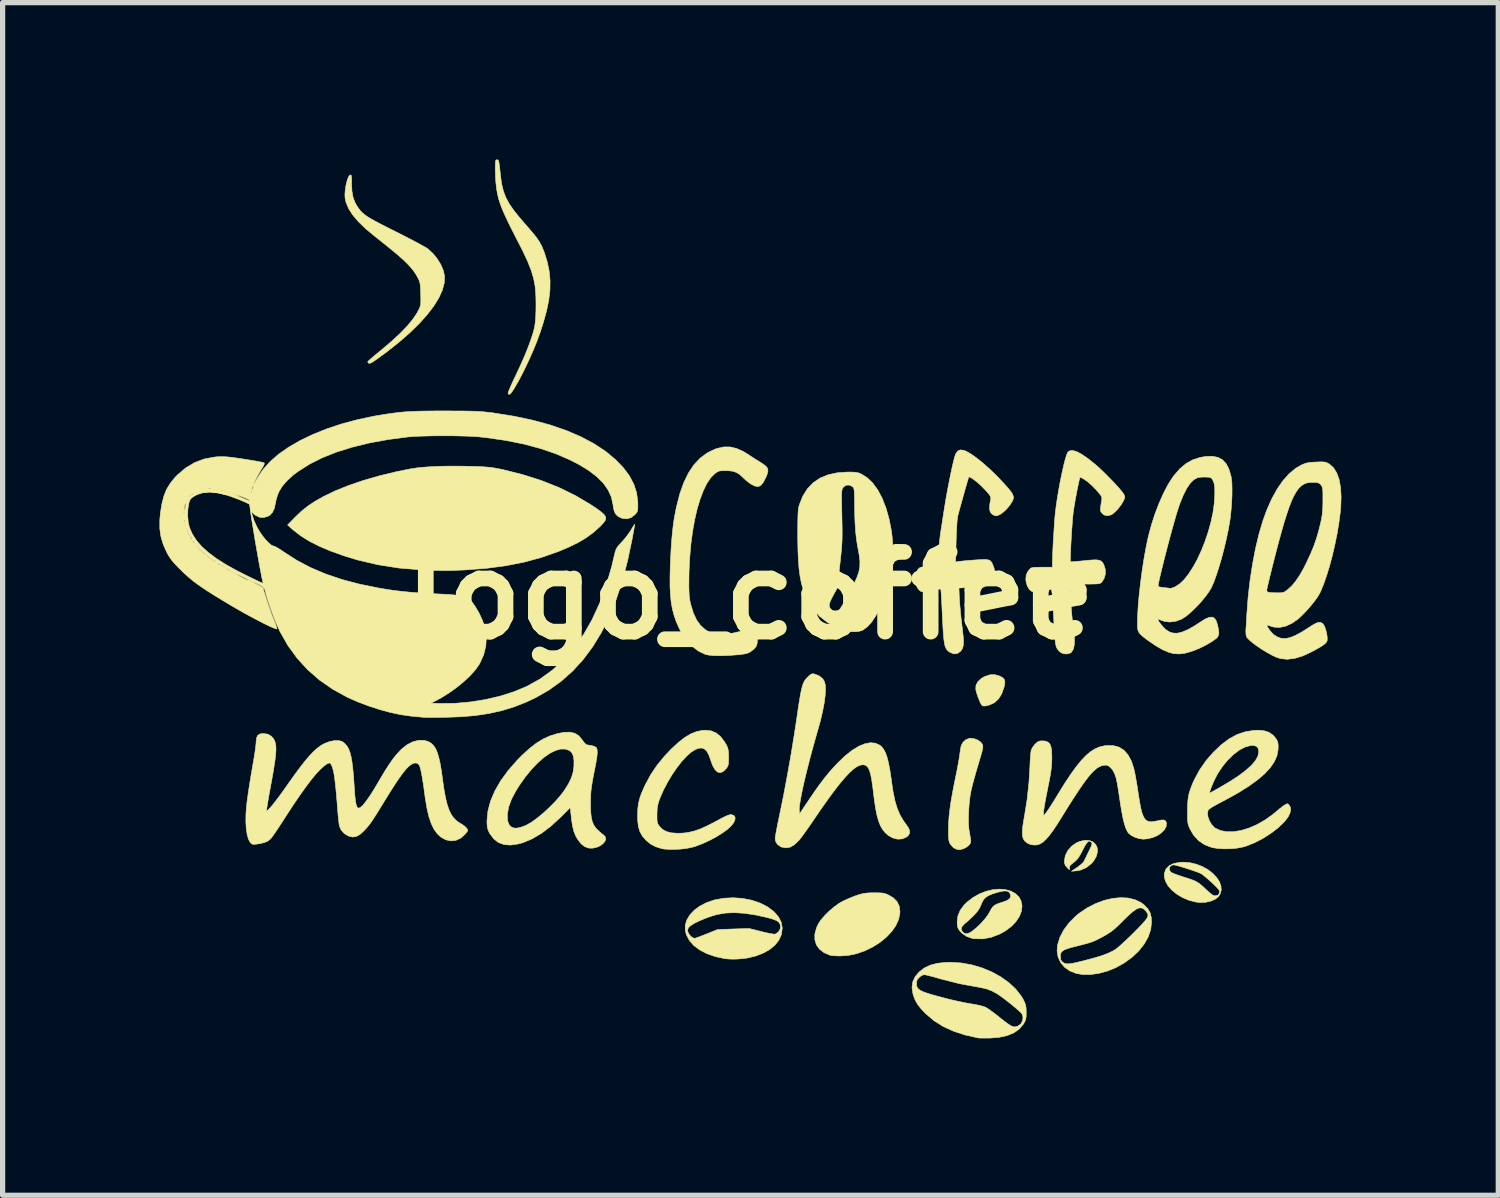
<source format=kicad_pcb>
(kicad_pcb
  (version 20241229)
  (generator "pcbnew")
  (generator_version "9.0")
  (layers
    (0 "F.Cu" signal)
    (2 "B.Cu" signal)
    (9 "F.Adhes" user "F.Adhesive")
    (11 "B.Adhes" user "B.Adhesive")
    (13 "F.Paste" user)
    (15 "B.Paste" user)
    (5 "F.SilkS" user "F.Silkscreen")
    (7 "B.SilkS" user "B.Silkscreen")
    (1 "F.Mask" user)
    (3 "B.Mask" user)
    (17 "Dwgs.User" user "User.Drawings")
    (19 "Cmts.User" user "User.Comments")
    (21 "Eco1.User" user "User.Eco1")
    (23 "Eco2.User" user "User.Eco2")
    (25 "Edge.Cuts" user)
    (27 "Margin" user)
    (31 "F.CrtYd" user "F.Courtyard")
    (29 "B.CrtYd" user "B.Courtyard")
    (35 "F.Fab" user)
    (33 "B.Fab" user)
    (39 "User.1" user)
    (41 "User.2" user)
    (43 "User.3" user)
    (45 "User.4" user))
  (footprint "logo_coffee"
    (layer "F.Cu")
    (at 11.295 8.336)
    (property "Reference" "logo_coffee" (at 0 0 0) (layer "F.SilkS") (effects (font (size 1.524 1.524) (thickness 0.3))))
    (attr through_hole)
    (fp_poly (pts (xy 4.769 1.54) (xy 4.77 1.54) (xy 4.825 1.57) (xy 4.856 1.604) (xy 4.866 1.649) (xy 4.859 1.714) (xy 4.849 1.754) (xy 4.806 1.876) (xy 4.746 1.974) (xy 4.67 2.044) (xy 4.638 2.062) (xy 4.559 2.095) (xy 4.493 2.111) (xy 4.444 2.109) (xy 4.425 2.097) (xy 4.404 2.062) (xy 4.378 2.004) (xy 4.351 1.936) (xy 4.328 1.867) (xy 4.312 1.809) (xy 4.31 1.795) (xy 4.313 1.718) (xy 4.348 1.648) (xy 4.414 1.586) (xy 4.473 1.551) (xy 4.575 1.515) (xy 4.672 1.511) (xy 4.769 1.54)) (stroke (width 0.01) (type solid)) (fill yes) (layer "F.SilkS"))
    (fp_poly (pts (xy 2.45 5.683) (xy 2.514 5.686) (xy 2.562 5.694) (xy 2.605 5.708) (xy 2.633 5.72) (xy 2.735 5.78) (xy 2.805 5.851) (xy 2.847 5.938) (xy 2.86 6.04) (xy 2.859 6.07) (xy 2.835 6.191) (xy 2.781 6.31) (xy 2.7 6.425) (xy 2.597 6.533) (xy 2.476 6.632) (xy 2.339 6.718) (xy 2.191 6.79) (xy 2.035 6.845) (xy 1.876 6.879) (xy 1.716 6.89) (xy 1.712 6.89) (xy 1.64 6.888) (xy 1.576 6.884) (xy 1.532 6.878) (xy 1.524 6.876) (xy 1.409 6.827) (xy 1.321 6.759) (xy 1.262 6.676) (xy 1.233 6.578) (xy 1.233 6.469) (xy 1.265 6.351) (xy 1.3 6.275) (xy 1.35 6.2) (xy 1.422 6.117) (xy 1.508 6.032) (xy 1.6 5.953) (xy 1.691 5.887) (xy 1.729 5.864) (xy 1.805 5.825) (xy 1.898 5.784) (xy 1.99 5.747) (xy 2.016 5.738) (xy 2.094 5.712) (xy 2.158 5.696) (xy 2.22 5.687) (xy 2.294 5.683) (xy 2.362 5.682) (xy 2.45 5.683)) (stroke (width 0.01) (type solid)) (fill yes) (layer "F.SilkS"))
    (fp_poly (pts (xy 6.484 4.683) (xy 6.554 4.712) (xy 6.604 4.76) (xy 6.632 4.823) (xy 6.637 4.898) (xy 6.616 4.981) (xy 6.568 5.067) (xy 6.523 5.12) (xy 6.428 5.198) (xy 6.323 5.245) (xy 6.234 5.262) (xy 6.138 5.271) (xy 6.248 5.197) (xy 6.304 5.155) (xy 6.35 5.115) (xy 6.377 5.083) (xy 6.378 5.08) (xy 6.395 5.046) (xy 6.421 4.992) (xy 6.454 4.925) (xy 6.471 4.889) (xy 6.504 4.821) (xy 6.523 4.776) (xy 6.53 4.747) (xy 6.527 4.729) (xy 6.516 4.713) (xy 6.514 4.712) (xy 6.489 4.695) (xy 6.464 4.698) (xy 6.436 4.723) (xy 6.402 4.774) (xy 6.36 4.852) (xy 6.347 4.878) (xy 6.305 4.958) (xy 6.269 5.015) (xy 6.233 5.058) (xy 6.189 5.096) (xy 6.18 5.103) (xy 6.131 5.142) (xy 6.106 5.17) (xy 6.099 5.196) (xy 6.101 5.211) (xy 6.105 5.236) (xy 6.099 5.24) (xy 6.078 5.222) (xy 6.056 5.2) (xy 6.022 5.16) (xy 6.007 5.12) (xy 6.004 5.067) (xy 6.022 4.969) (xy 6.069 4.876) (xy 6.139 4.794) (xy 6.228 4.73) (xy 6.296 4.7) (xy 6.398 4.678) (xy 6.484 4.683)) (stroke (width 0.01) (type solid)) (fill yes) (layer "F.SilkS"))
    (fp_poly (pts (xy 4.28 2.736) (xy 4.346 2.762) (xy 4.401 2.799) (xy 4.434 2.84) (xy 4.434 2.841) (xy 4.441 2.859) (xy 4.445 2.878) (xy 4.444 2.901) (xy 4.439 2.934) (xy 4.429 2.979) (xy 4.411 3.043) (xy 4.386 3.129) (xy 4.353 3.241) (xy 4.337 3.294) (xy 4.306 3.402) (xy 4.275 3.512) (xy 4.247 3.616) (xy 4.226 3.703) (xy 4.217 3.742) (xy 4.199 3.846) (xy 4.185 3.967) (xy 4.175 4.096) (xy 4.17 4.224) (xy 4.17 4.341) (xy 4.176 4.44) (xy 4.182 4.487) (xy 4.198 4.58) (xy 4.209 4.646) (xy 4.213 4.69) (xy 4.211 4.72) (xy 4.203 4.742) (xy 4.188 4.761) (xy 4.173 4.776) (xy 4.126 4.814) (xy 4.072 4.841) (xy 4.065 4.843) (xy 4.018 4.855) (xy 3.984 4.857) (xy 3.944 4.849) (xy 3.937 4.848) (xy 3.88 4.817) (xy 3.828 4.758) (xy 3.812 4.733) (xy 3.801 4.704) (xy 3.793 4.666) (xy 3.788 4.611) (xy 3.787 4.533) (xy 3.787 4.453) (xy 3.79 4.34) (xy 3.799 4.223) (xy 3.813 4.097) (xy 3.833 3.956) (xy 3.86 3.797) (xy 3.895 3.613) (xy 3.927 3.457) (xy 3.949 3.349) (xy 3.969 3.244) (xy 3.986 3.15) (xy 3.998 3.075) (xy 4.004 3.031) (xy 4.013 2.964) (xy 4.024 2.902) (xy 4.032 2.867) (xy 4.067 2.802) (xy 4.123 2.754) (xy 4.189 2.728) (xy 4.212 2.726) (xy 4.28 2.736)) (stroke (width 0.01) (type solid)) (fill yes) (layer "F.SilkS"))
    (fp_poly (pts (xy -5.538 -2.475) (xy -5.309 -2.47) (xy -5.181 -2.466) (xy -5.077 -2.46) (xy -4.99 -2.453) (xy -4.91 -2.442) (xy -4.828 -2.428) (xy -4.734 -2.409) (xy -4.726 -2.407) (xy -4.348 -2.312) (xy -3.988 -2.197) (xy -3.65 -2.062) (xy -3.337 -1.908) (xy -3.05 -1.737) (xy -3.049 -1.736) (xy -2.94 -1.664) (xy -2.859 -1.605) (xy -2.803 -1.556) (xy -2.771 -1.514) (xy -2.763 -1.475) (xy -2.776 -1.434) (xy -2.809 -1.389) (xy -2.86 -1.334) (xy -2.885 -1.31) (xy -3.006 -1.202) (xy -3.141 -1.104) (xy -3.296 -1.012) (xy -3.474 -0.925) (xy -3.681 -0.838) (xy -3.682 -0.838) (xy -3.997 -0.728) (xy -4.327 -0.639) (xy -4.675 -0.57) (xy -5.045 -0.521) (xy -5.436 -0.491) (xy -5.573 -0.485) (xy -5.69 -0.48) (xy -5.795 -0.478) (xy -5.896 -0.478) (xy -6.003 -0.48) (xy -6.124 -0.484) (xy -6.268 -0.491) (xy -6.314 -0.493) (xy -6.726 -0.527) (xy -7.123 -0.59) (xy -7.51 -0.681) (xy -7.772 -0.761) (xy -8.022 -0.85) (xy -8.241 -0.943) (xy -8.432 -1.04) (xy -8.598 -1.144) (xy -8.743 -1.256) (xy -8.763 -1.274) (xy -8.847 -1.35) (xy -8.705 -1.496) (xy -8.586 -1.61) (xy -8.462 -1.709) (xy -8.324 -1.802) (xy -8.162 -1.893) (xy -8.162 -1.893) (xy -7.935 -2.003) (xy -7.678 -2.106) (xy -7.396 -2.202) (xy -7.091 -2.29) (xy -6.767 -2.368) (xy -6.494 -2.423) (xy -6.355 -2.444) (xy -6.185 -2.459) (xy -5.99 -2.47) (xy -5.773 -2.475) (xy -5.538 -2.475)) (stroke (width 0.01) (type solid)) (fill yes) (layer "F.SilkS"))
    (fp_poly (pts (xy 4.877 5.621) (xy 4.981 5.65) (xy 5.069 5.698) (xy 5.137 5.765) (xy 5.174 5.834) (xy 5.194 5.931) (xy 5.183 6.033) (xy 5.143 6.135) (xy 5.077 6.234) (xy 4.987 6.327) (xy 4.875 6.411) (xy 4.767 6.471) (xy 4.602 6.534) (xy 4.442 6.563) (xy 4.286 6.56) (xy 4.236 6.552) (xy 4.13 6.514) (xy 4.038 6.448) (xy 4 6.405) (xy 3.98 6.374) (xy 4.032 6.374) (xy 4.05 6.419) (xy 4.064 6.435) (xy 4.104 6.462) (xy 4.149 6.464) (xy 4.205 6.44) (xy 4.248 6.411) (xy 4.328 6.345) (xy 4.409 6.267) (xy 4.483 6.184) (xy 4.543 6.104) (xy 4.581 6.039) (xy 4.611 5.982) (xy 4.643 5.941) (xy 4.686 5.911) (xy 4.747 5.884) (xy 4.824 5.86) (xy 4.905 5.83) (xy 4.955 5.797) (xy 4.976 5.758) (xy 4.97 5.711) (xy 4.965 5.699) (xy 4.94 5.665) (xy 4.9 5.648) (xy 4.842 5.648) (xy 4.759 5.665) (xy 4.73 5.672) (xy 4.627 5.704) (xy 4.55 5.736) (xy 4.495 5.773) (xy 4.454 5.82) (xy 4.422 5.882) (xy 4.412 5.908) (xy 4.387 5.965) (xy 4.354 6.019) (xy 4.31 6.074) (xy 4.251 6.136) (xy 4.172 6.209) (xy 4.093 6.277) (xy 4.046 6.328) (xy 4.032 6.374) (xy 3.98 6.374) (xy 3.974 6.365) (xy 3.96 6.326) (xy 3.955 6.273) (xy 3.954 6.233) (xy 3.969 6.121) (xy 4.012 6.017) (xy 4.085 5.918) (xy 4.148 5.856) (xy 4.262 5.769) (xy 4.384 5.701) (xy 4.511 5.652) (xy 4.638 5.622) (xy 4.762 5.612) (xy 4.877 5.621)) (stroke (width 0.01) (type solid)) (fill yes) (layer "F.SilkS"))
    (fp_poly (pts (xy 8.409 5.108) (xy 8.531 5.137) (xy 8.645 5.182) (xy 8.748 5.24) (xy 8.838 5.309) (xy 8.911 5.385) (xy 8.965 5.465) (xy 8.996 5.547) (xy 9.003 5.628) (xy 8.981 5.706) (xy 8.949 5.755) (xy 8.887 5.805) (xy 8.801 5.842) (xy 8.701 5.864) (xy 8.593 5.868) (xy 8.517 5.859) (xy 8.385 5.825) (xy 8.261 5.773) (xy 8.151 5.707) (xy 8.058 5.631) (xy 7.984 5.547) (xy 7.935 5.459) (xy 7.912 5.371) (xy 7.915 5.308) (xy 7.942 5.237) (xy 8.01 5.237) (xy 8.032 5.28) (xy 8.039 5.287) (xy 8.066 5.302) (xy 8.118 5.324) (xy 8.188 5.349) (xy 8.269 5.376) (xy 8.272 5.377) (xy 8.374 5.409) (xy 8.451 5.436) (xy 8.511 5.461) (xy 8.561 5.49) (xy 8.609 5.526) (xy 8.662 5.572) (xy 8.708 5.616) (xy 8.773 5.675) (xy 8.82 5.713) (xy 8.856 5.734) (xy 8.886 5.74) (xy 8.889 5.74) (xy 8.938 5.728) (xy 8.958 5.706) (xy 8.969 5.665) (xy 8.967 5.64) (xy 8.95 5.615) (xy 8.912 5.574) (xy 8.861 5.523) (xy 8.802 5.468) (xy 8.74 5.413) (xy 8.683 5.365) (xy 8.636 5.329) (xy 8.611 5.313) (xy 8.569 5.295) (xy 8.507 5.272) (xy 8.43 5.246) (xy 8.346 5.218) (xy 8.263 5.192) (xy 8.188 5.17) (xy 8.129 5.155) (xy 8.093 5.148) (xy 8.09 5.148) (xy 8.043 5.161) (xy 8.015 5.194) (xy 8.01 5.237) (xy 7.942 5.237) (xy 7.946 5.227) (xy 8.005 5.166) (xy 8.09 5.123) (xy 8.201 5.101) (xy 8.282 5.097) (xy 8.409 5.108)) (stroke (width 0.01) (type solid)) (fill yes) (layer "F.SilkS"))
    (fp_poly (pts (xy -0.145 5.79) (xy 0.028 5.824) (xy 0.189 5.879) (xy 0.331 5.952) (xy 0.451 6.043) (xy 0.461 6.054) (xy 0.541 6.148) (xy 0.59 6.244) (xy 0.609 6.347) (xy 0.609 6.368) (xy 0.593 6.481) (xy 0.546 6.587) (xy 0.471 6.682) (xy 0.37 6.766) (xy 0.245 6.836) (xy 0.101 6.891) (xy -0.062 6.93) (xy -0.23 6.948) (xy -0.313 6.951) (xy -0.399 6.949) (xy -0.469 6.943) (xy -0.481 6.942) (xy -0.665 6.903) (xy -0.828 6.847) (xy -0.967 6.776) (xy -1.08 6.691) (xy -1.167 6.593) (xy -1.223 6.484) (xy -1.244 6.406) (xy -1.244 6.387) (xy -1.199 6.387) (xy -1.198 6.417) (xy -1.181 6.459) (xy -1.139 6.516) (xy -1.085 6.548) (xy -1.061 6.552) (xy -1.041 6.547) (xy -0.995 6.53) (xy -0.931 6.506) (xy -0.855 6.476) (xy -0.837 6.469) (xy -0.628 6.385) (xy -0.327 6.374) (xy -0.025 6.364) (xy 0.21 6.423) (xy 0.297 6.444) (xy 0.373 6.46) (xy 0.432 6.47) (xy 0.467 6.474) (xy 0.473 6.473) (xy 0.531 6.437) (xy 0.567 6.381) (xy 0.576 6.333) (xy 0.57 6.286) (xy 0.548 6.248) (xy 0.507 6.217) (xy 0.441 6.189) (xy 0.347 6.162) (xy 0.33 6.157) (xy 0.097 6.106) (xy -0.113 6.074) (xy -0.303 6.062) (xy -0.478 6.07) (xy -0.64 6.098) (xy -0.745 6.129) (xy -0.87 6.174) (xy -0.981 6.221) (xy -1.072 6.266) (xy -1.14 6.309) (xy -1.18 6.345) (xy -1.185 6.353) (xy -1.199 6.387) (xy -1.244 6.387) (xy -1.245 6.302) (xy -1.214 6.201) (xy -1.156 6.104) (xy -1.071 6.014) (xy -0.964 5.935) (xy -0.836 5.87) (xy -0.691 5.82) (xy -0.683 5.818) (xy -0.506 5.786) (xy -0.325 5.777) (xy -0.145 5.79)) (stroke (width 0.01) (type solid)) (fill yes) (layer "F.SilkS"))
    (fp_poly (pts (xy -4.832 -8.331) (xy -4.822 -8.326) (xy -4.814 -8.312) (xy -4.807 -8.286) (xy -4.8 -8.242) (xy -4.792 -8.176) (xy -4.782 -8.084) (xy -4.774 -8.009) (xy -4.753 -7.863) (xy -4.721 -7.732) (xy -4.674 -7.61) (xy -4.61 -7.49) (xy -4.524 -7.366) (xy -4.415 -7.23) (xy -4.399 -7.212) (xy -4.335 -7.137) (xy -4.264 -7.055) (xy -4.199 -6.98) (xy -4.173 -6.95) (xy -4.094 -6.853) (xy -4.034 -6.766) (xy -3.986 -6.676) (xy -3.943 -6.57) (xy -3.937 -6.553) (xy -3.882 -6.376) (xy -3.846 -6.202) (xy -3.829 -6.026) (xy -3.831 -5.845) (xy -3.853 -5.653) (xy -3.895 -5.447) (xy -3.957 -5.222) (xy -4.016 -5.038) (xy -4.081 -4.86) (xy -4.158 -4.672) (xy -4.243 -4.481) (xy -4.332 -4.295) (xy -4.421 -4.123) (xy -4.507 -3.974) (xy -4.532 -3.933) (xy -4.572 -3.875) (xy -4.602 -3.848) (xy -4.622 -3.849) (xy -4.632 -3.866) (xy -4.628 -3.887) (xy -4.61 -3.934) (xy -4.581 -4.001) (xy -4.544 -4.085) (xy -4.499 -4.18) (xy -4.481 -4.217) (xy -4.391 -4.409) (xy -4.311 -4.592) (xy -4.242 -4.764) (xy -4.186 -4.919) (xy -4.144 -5.053) (xy -4.125 -5.134) (xy -4.113 -5.215) (xy -4.104 -5.321) (xy -4.099 -5.444) (xy -4.098 -5.573) (xy -4.1 -5.702) (xy -4.106 -5.82) (xy -4.116 -5.919) (xy -4.116 -5.921) (xy -4.144 -6.066) (xy -4.192 -6.223) (xy -4.26 -6.395) (xy -4.35 -6.586) (xy -4.38 -6.646) (xy -4.477 -6.834) (xy -4.559 -6.996) (xy -4.628 -7.134) (xy -4.684 -7.253) (xy -4.73 -7.356) (xy -4.766 -7.447) (xy -4.795 -7.528) (xy -4.817 -7.604) (xy -4.834 -7.678) (xy -4.847 -7.752) (xy -4.858 -7.832) (xy -4.867 -7.921) (xy -4.873 -8.025) (xy -4.876 -8.127) (xy -4.877 -8.158) (xy -4.876 -8.236) (xy -4.874 -8.286) (xy -4.869 -8.315) (xy -4.86 -8.328) (xy -4.846 -8.331) (xy -4.844 -8.331) (xy -4.832 -8.331)) (stroke (width 0.01) (type solid)) (fill yes) (layer "F.SilkS"))
    (fp_poly (pts (xy -7.633 -8.036) (xy -7.626 -8.01) (xy -7.623 -7.962) (xy -7.623 -7.884) (xy -7.623 -7.878) (xy -7.617 -7.736) (xy -7.596 -7.617) (xy -7.557 -7.512) (xy -7.521 -7.449) (xy -7.49 -7.403) (xy -7.459 -7.362) (xy -7.423 -7.324) (xy -7.38 -7.287) (xy -7.327 -7.248) (xy -7.259 -7.206) (xy -7.174 -7.159) (xy -7.069 -7.103) (xy -6.939 -7.037) (xy -6.786 -6.96) (xy -6.657 -6.895) (xy -6.534 -6.832) (xy -6.422 -6.773) (xy -6.324 -6.721) (xy -6.245 -6.677) (xy -6.189 -6.645) (xy -6.164 -6.628) (xy -6.07 -6.542) (xy -5.986 -6.439) (xy -5.917 -6.326) (xy -5.869 -6.213) (xy -5.846 -6.106) (xy -5.846 -6.104) (xy -5.852 -5.976) (xy -5.889 -5.838) (xy -5.956 -5.69) (xy -6.053 -5.534) (xy -6.177 -5.371) (xy -6.33 -5.201) (xy -6.509 -5.026) (xy -6.714 -4.847) (xy -6.944 -4.664) (xy -7.106 -4.545) (xy -7.179 -4.494) (xy -7.23 -4.46) (xy -7.264 -4.443) (xy -7.286 -4.439) (xy -7.302 -4.446) (xy -7.304 -4.448) (xy -7.315 -4.469) (xy -7.315 -4.471) (xy -7.303 -4.484) (xy -7.268 -4.516) (xy -7.215 -4.562) (xy -7.147 -4.619) (xy -7.069 -4.683) (xy -7.061 -4.69) (xy -6.865 -4.855) (xy -6.699 -5.009) (xy -6.562 -5.15) (xy -6.453 -5.282) (xy -6.372 -5.403) (xy -6.341 -5.461) (xy -6.322 -5.501) (xy -6.31 -5.536) (xy -6.303 -5.574) (xy -6.3 -5.623) (xy -6.3 -5.691) (xy -6.302 -5.769) (xy -6.305 -5.86) (xy -6.309 -5.925) (xy -6.316 -5.973) (xy -6.327 -6.012) (xy -6.344 -6.051) (xy -6.367 -6.094) (xy -6.402 -6.155) (xy -6.444 -6.215) (xy -6.494 -6.276) (xy -6.555 -6.342) (xy -6.63 -6.415) (xy -6.722 -6.497) (xy -6.832 -6.59) (xy -6.964 -6.697) (xy -7.119 -6.821) (xy -7.184 -6.872) (xy -7.355 -7.014) (xy -7.494 -7.149) (xy -7.603 -7.277) (xy -7.681 -7.399) (xy -7.73 -7.517) (xy -7.748 -7.597) (xy -7.751 -7.666) (xy -7.746 -7.745) (xy -7.734 -7.826) (xy -7.717 -7.904) (xy -7.696 -7.97) (xy -7.673 -8.019) (xy -7.65 -8.042) (xy -7.644 -8.043) (xy -7.633 -8.036)) (stroke (width 0.01) (type solid)) (fill yes) (layer "F.SilkS"))
    (fp_poly (pts (xy 7.221 5.782) (xy 7.354 5.814) (xy 7.47 5.87) (xy 7.527 5.913) (xy 7.598 5.987) (xy 7.643 6.065) (xy 7.665 6.157) (xy 7.67 6.244) (xy 7.654 6.384) (xy 7.607 6.524) (xy 7.53 6.661) (xy 7.427 6.792) (xy 7.299 6.913) (xy 7.148 7.023) (xy 6.985 7.114) (xy 6.827 7.178) (xy 6.664 7.222) (xy 6.503 7.245) (xy 6.353 7.245) (xy 6.23 7.224) (xy 6.108 7.176) (xy 6.007 7.105) (xy 5.932 7.016) (xy 5.883 6.91) (xy 5.882 6.902) (xy 5.927 6.902) (xy 5.932 6.955) (xy 5.951 6.991) (xy 5.971 7.009) (xy 5.999 7.027) (xy 6.03 7.038) (xy 6.07 7.041) (xy 6.124 7.036) (xy 6.196 7.023) (xy 6.292 7.001) (xy 6.385 6.978) (xy 6.54 6.937) (xy 6.667 6.9) (xy 6.772 6.865) (xy 6.859 6.829) (xy 6.934 6.792) (xy 6.968 6.772) (xy 7.009 6.742) (xy 7.068 6.693) (xy 7.141 6.627) (xy 7.223 6.55) (xy 7.309 6.466) (xy 7.332 6.443) (xy 7.426 6.348) (xy 7.497 6.273) (xy 7.548 6.215) (xy 7.582 6.169) (xy 7.599 6.134) (xy 7.602 6.104) (xy 7.593 6.076) (xy 7.575 6.048) (xy 7.567 6.038) (xy 7.527 5.996) (xy 7.486 5.973) (xy 7.44 5.971) (xy 7.387 5.99) (xy 7.323 6.033) (xy 7.245 6.099) (xy 7.15 6.191) (xy 7.129 6.212) (xy 7.049 6.292) (xy 6.984 6.353) (xy 6.927 6.402) (xy 6.869 6.443) (xy 6.803 6.484) (xy 6.742 6.519) (xy 6.665 6.56) (xy 6.599 6.593) (xy 6.536 6.619) (xy 6.466 6.642) (xy 6.38 6.666) (xy 6.277 6.692) (xy 6.16 6.721) (xy 6.072 6.747) (xy 6.01 6.77) (xy 5.968 6.795) (xy 5.943 6.822) (xy 5.93 6.855) (xy 5.927 6.896) (xy 5.927 6.902) (xy 5.882 6.902) (xy 5.864 6.792) (xy 5.874 6.676) (xy 5.918 6.533) (xy 5.992 6.391) (xy 6.094 6.255) (xy 6.218 6.13) (xy 6.285 6.075) (xy 6.439 5.971) (xy 6.599 5.889) (xy 6.761 5.828) (xy 6.921 5.79) (xy 7.076 5.775) (xy 7.221 5.782)) (stroke (width 0.01) (type solid)) (fill yes) (layer "F.SilkS"))
    (fp_poly (pts (xy -0.748 2.587) (xy -0.652 2.628) (xy -0.567 2.698) (xy -0.491 2.799) (xy -0.455 2.862) (xy -0.435 2.906) (xy -0.423 2.952) (xy -0.417 3.01) (xy -0.415 3.09) (xy -0.415 3.093) (xy -0.416 3.167) (xy -0.419 3.217) (xy -0.428 3.252) (xy -0.443 3.282) (xy -0.467 3.313) (xy -0.523 3.366) (xy -0.577 3.386) (xy -0.629 3.373) (xy -0.677 3.327) (xy -0.721 3.249) (xy -0.755 3.156) (xy -0.793 3.049) (xy -0.834 2.974) (xy -0.881 2.93) (xy -0.936 2.913) (xy -1.002 2.923) (xy -1.059 2.947) (xy -1.138 2.998) (xy -1.224 3.076) (xy -1.316 3.176) (xy -1.408 3.295) (xy -1.498 3.427) (xy -1.582 3.567) (xy -1.657 3.71) (xy -1.72 3.853) (xy -1.731 3.88) (xy -1.758 3.958) (xy -1.774 4.023) (xy -1.782 4.09) (xy -1.785 4.175) (xy -1.785 4.184) (xy -1.785 4.26) (xy -1.782 4.312) (xy -1.775 4.348) (xy -1.761 4.378) (xy -1.738 4.41) (xy -1.738 4.41) (xy -1.678 4.471) (xy -1.603 4.512) (xy -1.508 4.536) (xy -1.388 4.544) (xy -1.38 4.544) (xy -1.275 4.54) (xy -1.173 4.526) (xy -1.071 4.501) (xy -0.961 4.463) (xy -0.84 4.409) (xy -0.699 4.338) (xy -0.601 4.285) (xy -0.505 4.234) (xy -0.433 4.202) (xy -0.384 4.187) (xy -0.366 4.186) (xy -0.316 4.203) (xy -0.292 4.237) (xy -0.294 4.286) (xy -0.322 4.346) (xy -0.366 4.403) (xy -0.438 4.469) (xy -0.536 4.54) (xy -0.652 4.612) (xy -0.779 4.68) (xy -0.909 4.74) (xy -1.037 4.789) (xy -1.101 4.809) (xy -1.199 4.83) (xy -1.313 4.845) (xy -1.434 4.853) (xy -1.549 4.853) (xy -1.649 4.846) (xy -1.693 4.838) (xy -1.811 4.801) (xy -1.908 4.75) (xy -1.996 4.677) (xy -2 4.673) (xy -2.065 4.597) (xy -2.111 4.514) (xy -2.14 4.419) (xy -2.154 4.303) (xy -2.156 4.208) (xy -2.153 4.089) (xy -2.141 3.985) (xy -2.118 3.886) (xy -2.082 3.781) (xy -2.03 3.662) (xy -2.008 3.615) (xy -1.905 3.424) (xy -1.785 3.246) (xy -1.642 3.071) (xy -1.516 2.938) (xy -1.381 2.812) (xy -1.257 2.715) (xy -1.141 2.645) (xy -1.028 2.6) (xy -0.915 2.577) (xy -0.856 2.574) (xy -0.748 2.587)) (stroke (width 0.01) (type solid)) (fill yes) (layer "F.SilkS"))
    (fp_poly (pts (xy 4.029 7.023) (xy 4.232 7.059) (xy 4.428 7.117) (xy 4.615 7.195) (xy 4.787 7.289) (xy 4.941 7.399) (xy 5.073 7.522) (xy 5.178 7.656) (xy 5.22 7.727) (xy 5.248 7.787) (xy 5.265 7.837) (xy 5.272 7.892) (xy 5.274 7.967) (xy 5.274 7.968) (xy 5.273 8.041) (xy 5.267 8.091) (xy 5.254 8.132) (xy 5.231 8.175) (xy 5.224 8.187) (xy 5.145 8.283) (xy 5.041 8.358) (xy 4.91 8.412) (xy 4.752 8.446) (xy 4.589 8.459) (xy 4.507 8.46) (xy 4.434 8.46) (xy 4.378 8.459) (xy 4.352 8.456) (xy 4.104 8.4) (xy 3.883 8.328) (xy 3.687 8.238) (xy 3.513 8.129) (xy 3.359 7.999) (xy 3.352 7.993) (xy 3.263 7.899) (xy 3.197 7.815) (xy 3.15 7.731) (xy 3.116 7.641) (xy 3.108 7.612) (xy 3.09 7.492) (xy 3.101 7.417) (xy 3.176 7.417) (xy 3.178 7.455) (xy 3.188 7.487) (xy 3.208 7.516) (xy 3.242 7.543) (xy 3.292 7.569) (xy 3.362 7.595) (xy 3.455 7.625) (xy 3.574 7.658) (xy 3.722 7.697) (xy 3.759 7.707) (xy 3.87 7.734) (xy 3.991 7.761) (xy 4.107 7.785) (xy 4.207 7.803) (xy 4.227 7.806) (xy 4.315 7.821) (xy 4.396 7.839) (xy 4.462 7.857) (xy 4.5 7.872) (xy 4.538 7.895) (xy 4.595 7.935) (xy 4.664 7.985) (xy 4.737 8.042) (xy 4.751 8.054) (xy 4.844 8.127) (xy 4.915 8.181) (xy 4.97 8.217) (xy 5.012 8.238) (xy 5.048 8.246) (xy 5.08 8.242) (xy 5.114 8.23) (xy 5.123 8.226) (xy 5.174 8.186) (xy 5.205 8.127) (xy 5.212 8.06) (xy 5.194 7.999) (xy 5.172 7.973) (xy 5.128 7.933) (xy 5.069 7.881) (xy 4.999 7.823) (xy 4.923 7.762) (xy 4.848 7.705) (xy 4.779 7.654) (xy 4.722 7.615) (xy 4.722 7.615) (xy 4.618 7.558) (xy 4.508 7.517) (xy 4.38 7.489) (xy 4.347 7.484) (xy 3.999 7.42) (xy 3.64 7.329) (xy 3.617 7.322) (xy 3.526 7.296) (xy 3.445 7.274) (xy 3.379 7.258) (xy 3.335 7.249) (xy 3.323 7.248) (xy 3.287 7.258) (xy 3.244 7.286) (xy 3.231 7.297) (xy 3.194 7.336) (xy 3.178 7.378) (xy 3.176 7.417) (xy 3.101 7.417) (xy 3.105 7.384) (xy 3.152 7.284) (xy 3.229 7.194) (xy 3.326 7.12) (xy 3.44 7.065) (xy 3.574 7.03) (xy 3.733 7.013) (xy 3.825 7.01) (xy 4.029 7.023)) (stroke (width 0.01) (type solid)) (fill yes) (layer "F.SilkS"))
    (fp_poly (pts (xy -0.264 -2.813) (xy -0.133 -2.754) (xy -0.042 -2.698) (xy 0.026 -2.653) (xy 0.105 -2.602) (xy 0.178 -2.557) (xy 0.256 -2.506) (xy 0.307 -2.464) (xy 0.333 -2.423) (xy 0.336 -2.376) (xy 0.321 -2.318) (xy 0.295 -2.257) (xy 0.249 -2.167) (xy 0.203 -2.11) (xy 0.157 -2.085) (xy 0.14 -2.083) (xy 0.078 -2.097) (xy 0.004 -2.136) (xy -0.077 -2.198) (xy -0.128 -2.245) (xy -0.199 -2.311) (xy -0.264 -2.353) (xy -0.334 -2.377) (xy -0.42 -2.387) (xy -0.472 -2.388) (xy -0.542 -2.387) (xy -0.589 -2.382) (xy -0.624 -2.369) (xy -0.659 -2.347) (xy -0.678 -2.333) (xy -0.757 -2.254) (xy -0.831 -2.144) (xy -0.899 -2.006) (xy -0.961 -1.842) (xy -1.017 -1.655) (xy -1.065 -1.448) (xy -1.105 -1.222) (xy -1.137 -0.981) (xy -1.159 -0.727) (xy -1.172 -0.463) (xy -1.174 -0.313) (xy -1.175 -0.192) (xy -1.173 -0.097) (xy -1.17 -0.023) (xy -1.165 0.038) (xy -1.157 0.092) (xy -1.145 0.146) (xy -1.139 0.173) (xy -1.089 0.335) (xy -1.027 0.467) (xy -0.951 0.572) (xy -0.86 0.653) (xy -0.787 0.696) (xy -0.734 0.721) (xy -0.693 0.736) (xy -0.653 0.743) (xy -0.602 0.745) (xy -0.531 0.741) (xy -0.512 0.74) (xy -0.342 0.719) (xy -0.171 0.68) (xy -0.085 0.657) (xy -0.024 0.644) (xy 0.019 0.641) (xy 0.051 0.649) (xy 0.081 0.668) (xy 0.097 0.683) (xy 0.119 0.707) (xy 0.13 0.739) (xy 0.135 0.787) (xy 0.135 0.83) (xy 0.131 0.91) (xy 0.113 0.968) (xy 0.076 1.016) (xy 0.014 1.065) (xy 0.006 1.071) (xy -0.029 1.091) (xy -0.068 1.106) (xy -0.119 1.117) (xy -0.191 1.127) (xy -0.255 1.133) (xy -0.411 1.145) (xy -0.554 1.15) (xy -0.678 1.149) (xy -0.78 1.141) (xy -0.855 1.126) (xy -0.864 1.123) (xy -0.993 1.061) (xy -1.114 0.968) (xy -1.224 0.847) (xy -1.322 0.7) (xy -1.364 0.618) (xy -1.416 0.501) (xy -1.457 0.384) (xy -1.489 0.263) (xy -1.513 0.133) (xy -1.528 -0.012) (xy -1.536 -0.174) (xy -1.536 -0.359) (xy -1.531 -0.571) (xy -1.527 -0.656) (xy -1.517 -0.862) (xy -1.505 -1.04) (xy -1.491 -1.197) (xy -1.475 -1.339) (xy -1.456 -1.472) (xy -1.432 -1.602) (xy -1.412 -1.698) (xy -1.349 -1.944) (xy -1.273 -2.159) (xy -1.183 -2.344) (xy -1.079 -2.5) (xy -0.96 -2.627) (xy -0.826 -2.727) (xy -0.676 -2.799) (xy -0.646 -2.81) (xy -0.516 -2.841) (xy -0.39 -2.842) (xy -0.264 -2.813)) (stroke (width 0.01) (type solid)) (fill yes) (layer "F.SilkS"))
    (fp_poly (pts (xy 9.821 2.584) (xy 9.912 2.613) (xy 9.988 2.665) (xy 10.02 2.699) (xy 10.06 2.75) (xy 10.083 2.801) (xy 10.091 2.862) (xy 10.089 2.943) (xy 10.088 2.954) (xy 10.066 3.066) (xy 10.016 3.178) (xy 9.939 3.291) (xy 9.833 3.406) (xy 9.697 3.522) (xy 9.531 3.642) (xy 9.334 3.766) (xy 9.104 3.894) (xy 8.988 3.955) (xy 8.906 3.999) (xy 8.836 4.039) (xy 8.784 4.073) (xy 8.756 4.097) (xy 8.753 4.101) (xy 8.74 4.157) (xy 8.748 4.228) (xy 8.775 4.303) (xy 8.816 4.373) (xy 8.867 4.43) (xy 8.887 4.445) (xy 8.988 4.492) (xy 9.107 4.515) (xy 9.24 4.514) (xy 9.384 4.49) (xy 9.534 4.444) (xy 9.686 4.378) (xy 9.837 4.292) (xy 9.983 4.188) (xy 10.034 4.146) (xy 10.113 4.08) (xy 10.18 4.028) (xy 10.231 3.994) (xy 10.262 3.98) (xy 10.265 3.979) (xy 10.292 3.994) (xy 10.316 4.029) (xy 10.329 4.073) (xy 10.329 4.083) (xy 10.318 4.155) (xy 10.281 4.231) (xy 10.217 4.315) (xy 10.203 4.331) (xy 10.088 4.441) (xy 9.949 4.547) (xy 9.795 4.645) (xy 9.635 4.727) (xy 9.479 4.789) (xy 9.408 4.809) (xy 9.302 4.829) (xy 9.18 4.84) (xy 9.054 4.842) (xy 8.935 4.835) (xy 8.836 4.819) (xy 8.823 4.816) (xy 8.684 4.763) (xy 8.568 4.684) (xy 8.472 4.578) (xy 8.409 4.47) (xy 8.388 4.425) (xy 8.374 4.387) (xy 8.365 4.349) (xy 8.359 4.302) (xy 8.357 4.238) (xy 8.357 4.151) (xy 8.357 4.123) (xy 8.359 3.993) (xy 8.368 3.886) (xy 8.385 3.791) (xy 8.394 3.764) (xy 8.779 3.764) (xy 8.78 3.776) (xy 8.796 3.768) (xy 8.836 3.747) (xy 8.893 3.715) (xy 8.963 3.676) (xy 8.969 3.672) (xy 9.169 3.554) (xy 9.337 3.444) (xy 9.474 3.341) (xy 9.579 3.246) (xy 9.655 3.157) (xy 9.702 3.074) (xy 9.719 2.996) (xy 9.72 2.986) (xy 9.709 2.922) (xy 9.676 2.882) (xy 9.619 2.865) (xy 9.557 2.868) (xy 9.455 2.897) (xy 9.347 2.954) (xy 9.238 3.037) (xy 9.131 3.14) (xy 9.031 3.26) (xy 8.941 3.394) (xy 8.89 3.488) (xy 8.862 3.547) (xy 8.834 3.612) (xy 8.809 3.674) (xy 8.79 3.727) (xy 8.779 3.764) (xy 8.394 3.764) (xy 8.414 3.697) (xy 8.455 3.592) (xy 8.485 3.526) (xy 8.588 3.334) (xy 8.715 3.152) (xy 8.847 3.001) (xy 9 2.854) (xy 9.153 2.739) (xy 9.308 2.655) (xy 9.467 2.602) (xy 9.633 2.577) (xy 9.708 2.574) (xy 9.821 2.584)) (stroke (width 0.01) (type solid)) (fill yes) (layer "F.SilkS"))
    (fp_poly (pts (xy 1.223 1.499) (xy 1.31 1.531) (xy 1.379 1.585) (xy 1.414 1.638) (xy 1.432 1.703) (xy 1.437 1.796) (xy 1.43 1.914) (xy 1.412 2.054) (xy 1.382 2.211) (xy 1.342 2.383) (xy 1.293 2.56) (xy 1.236 2.759) (xy 1.181 2.957) (xy 1.13 3.149) (xy 1.083 3.334) (xy 1.041 3.506) (xy 1.005 3.664) (xy 0.976 3.804) (xy 0.954 3.923) (xy 0.94 4.017) (xy 0.934 4.082) (xy 0.935 4.097) (xy 0.94 4.174) (xy 1.116 3.912) (xy 1.225 3.751) (xy 1.323 3.613) (xy 1.414 3.493) (xy 1.502 3.385) (xy 1.593 3.282) (xy 1.675 3.195) (xy 1.814 3.063) (xy 1.946 2.958) (xy 2.072 2.881) (xy 2.189 2.833) (xy 2.296 2.813) (xy 2.392 2.822) (xy 2.475 2.861) (xy 2.504 2.884) (xy 2.545 2.933) (xy 2.581 2.999) (xy 2.613 3.087) (xy 2.641 3.199) (xy 2.668 3.337) (xy 2.693 3.506) (xy 2.7 3.559) (xy 2.73 3.759) (xy 2.766 3.929) (xy 2.81 4.074) (xy 2.864 4.199) (xy 2.928 4.307) (xy 2.966 4.359) (xy 3.02 4.436) (xy 3.045 4.497) (xy 3.044 4.548) (xy 3.014 4.592) (xy 2.982 4.618) (xy 2.903 4.652) (xy 2.815 4.657) (xy 2.724 4.634) (xy 2.637 4.586) (xy 2.58 4.535) (xy 2.53 4.475) (xy 2.488 4.402) (xy 2.453 4.315) (xy 2.422 4.208) (xy 2.396 4.078) (xy 2.372 3.921) (xy 2.355 3.785) (xy 2.336 3.629) (xy 2.317 3.504) (xy 2.297 3.407) (xy 2.274 3.335) (xy 2.248 3.285) (xy 2.217 3.253) (xy 2.18 3.238) (xy 2.146 3.234) (xy 2.093 3.244) (xy 2.033 3.273) (xy 1.965 3.322) (xy 1.887 3.394) (xy 1.799 3.489) (xy 1.7 3.607) (xy 1.589 3.751) (xy 1.464 3.922) (xy 1.325 4.12) (xy 1.19 4.318) (xy 1.126 4.411) (xy 1.063 4.5) (xy 1.006 4.58) (xy 0.958 4.643) (xy 0.925 4.684) (xy 0.842 4.763) (xy 0.761 4.81) (xy 0.68 4.824) (xy 0.597 4.808) (xy 0.582 4.802) (xy 0.519 4.758) (xy 0.482 4.697) (xy 0.474 4.646) (xy 0.478 4.614) (xy 0.487 4.555) (xy 0.502 4.473) (xy 0.521 4.374) (xy 0.544 4.264) (xy 0.559 4.194) (xy 0.634 3.826) (xy 0.707 3.438) (xy 0.778 3.039) (xy 0.842 2.643) (xy 0.889 2.337) (xy 0.913 2.167) (xy 0.935 2.028) (xy 0.954 1.915) (xy 0.971 1.825) (xy 0.988 1.754) (xy 1.004 1.698) (xy 1.023 1.655) (xy 1.043 1.62) (xy 1.067 1.589) (xy 1.093 1.561) (xy 1.137 1.52) (xy 1.167 1.5) (xy 1.196 1.495) (xy 1.223 1.499)) (stroke (width 0.01) (type solid)) (fill yes) (layer "F.SilkS"))
    (fp_poly (pts (xy -3.358 2.632) (xy -3.283 2.678) (xy -3.221 2.749) (xy -3.214 2.76) (xy -3.179 2.808) (xy -3.145 2.842) (xy -3.126 2.853) (xy -3.085 2.86) (xy -3.033 2.869) (xy -3.029 2.87) (xy -2.981 2.883) (xy -2.947 2.904) (xy -2.944 2.906) (xy -2.93 2.941) (xy -2.926 2.999) (xy -2.933 3.082) (xy -2.951 3.194) (xy -2.971 3.297) (xy -2.999 3.437) (xy -3.02 3.551) (xy -3.035 3.646) (xy -3.046 3.731) (xy -3.052 3.812) (xy -3.055 3.896) (xy -3.056 3.979) (xy -3.053 4.116) (xy -3.043 4.225) (xy -3.025 4.312) (xy -2.997 4.381) (xy -2.958 4.44) (xy -2.922 4.478) (xy -2.874 4.522) (xy -2.828 4.561) (xy -2.805 4.577) (xy -2.771 4.615) (xy -2.765 4.658) (xy -2.783 4.703) (xy -2.82 4.746) (xy -2.873 4.784) (xy -2.936 4.812) (xy -3.007 4.828) (xy -3.079 4.828) (xy -3.097 4.825) (xy -3.169 4.798) (xy -3.234 4.747) (xy -3.297 4.667) (xy -3.298 4.666) (xy -3.34 4.594) (xy -3.373 4.513) (xy -3.397 4.416) (xy -3.417 4.296) (xy -3.424 4.231) (xy -3.443 4.052) (xy -3.623 4.233) (xy -3.81 4.406) (xy -3.993 4.545) (xy -4.173 4.651) (xy -4.351 4.725) (xy -4.449 4.751) (xy -4.588 4.77) (xy -4.71 4.76) (xy -4.816 4.721) (xy -4.904 4.653) (xy -4.978 4.555) (xy -4.997 4.521) (xy -5.017 4.474) (xy -5.029 4.425) (xy -5.034 4.362) (xy -5.035 4.301) (xy -5.026 4.217) (xy -4.646 4.217) (xy -4.637 4.316) (xy -4.608 4.388) (xy -4.56 4.432) (xy -4.493 4.448) (xy -4.406 4.436) (xy -4.299 4.397) (xy -4.276 4.386) (xy -4.182 4.332) (xy -4.076 4.255) (xy -3.963 4.162) (xy -3.849 4.057) (xy -3.74 3.948) (xy -3.642 3.838) (xy -3.562 3.735) (xy -3.554 3.722) (xy -3.475 3.596) (xy -3.421 3.482) (xy -3.388 3.373) (xy -3.373 3.261) (xy -3.373 3.258) (xy -3.372 3.149) (xy -3.385 3.067) (xy -3.411 3.008) (xy -3.454 2.966) (xy -3.46 2.962) (xy -3.539 2.934) (xy -3.629 2.934) (xy -3.728 2.963) (xy -3.836 3.017) (xy -3.949 3.096) (xy -4.065 3.198) (xy -4.183 3.321) (xy -4.3 3.464) (xy -4.414 3.625) (xy -4.485 3.739) (xy -4.567 3.894) (xy -4.62 4.038) (xy -4.644 4.175) (xy -4.646 4.217) (xy -5.026 4.217) (xy -5.017 4.118) (xy -4.967 3.929) (xy -4.885 3.736) (xy -4.773 3.541) (xy -4.63 3.345) (xy -4.459 3.149) (xy -4.358 3.047) (xy -4.219 2.921) (xy -4.089 2.82) (xy -3.963 2.743) (xy -3.835 2.684) (xy -3.698 2.641) (xy -3.695 2.64) (xy -3.561 2.614) (xy -3.45 2.611) (xy -3.358 2.632)) (stroke (width 0.01) (type solid)) (fill yes) (layer "F.SilkS"))
    (fp_poly (pts (xy 1.943 -2.361) (xy 2.007 -2.357) (xy 2.056 -2.349) (xy 2.097 -2.335) (xy 2.117 -2.326) (xy 2.234 -2.253) (xy 2.342 -2.149) (xy 2.438 -2.016) (xy 2.523 -1.855) (xy 2.595 -1.668) (xy 2.654 -1.458) (xy 2.699 -1.225) (xy 2.702 -1.202) (xy 2.717 -1.059) (xy 2.724 -0.902) (xy 2.722 -0.741) (xy 2.713 -0.584) (xy 2.697 -0.442) (xy 2.676 -0.339) (xy 2.618 -0.128) (xy 2.552 0.064) (xy 2.479 0.235) (xy 2.401 0.383) (xy 2.32 0.505) (xy 2.236 0.598) (xy 2.152 0.659) (xy 2.147 0.662) (xy 2.068 0.687) (xy 1.969 0.692) (xy 1.858 0.678) (xy 1.817 0.668) (xy 1.637 0.604) (xy 1.472 0.512) (xy 1.325 0.397) (xy 1.201 0.261) (xy 1.151 0.182) (xy 1.507 0.182) (xy 1.521 0.237) (xy 1.558 0.276) (xy 1.609 0.294) (xy 1.665 0.289) (xy 1.705 0.267) (xy 1.722 0.245) (xy 1.751 0.199) (xy 1.789 0.133) (xy 1.833 0.054) (xy 1.88 -0.032) (xy 1.927 -0.12) (xy 1.97 -0.204) (xy 2.006 -0.278) (xy 2.033 -0.337) (xy 2.036 -0.344) (xy 2.073 -0.447) (xy 2.092 -0.546) (xy 2.095 -0.652) (xy 2.081 -0.773) (xy 2.068 -0.847) (xy 2.044 -0.977) (xy 2.025 -1.104) (xy 2.012 -1.234) (xy 2.002 -1.375) (xy 1.996 -1.536) (xy 1.993 -1.699) (xy 1.992 -1.817) (xy 1.99 -1.906) (xy 1.988 -1.97) (xy 1.985 -2.014) (xy 1.979 -2.043) (xy 1.971 -2.062) (xy 1.961 -2.075) (xy 1.95 -2.084) (xy 1.892 -2.113) (xy 1.834 -2.111) (xy 1.783 -2.078) (xy 1.777 -2.07) (xy 1.766 -2.056) (xy 1.758 -2.041) (xy 1.752 -2.021) (xy 1.748 -1.992) (xy 1.745 -1.951) (xy 1.744 -1.892) (xy 1.745 -1.813) (xy 1.747 -1.709) (xy 1.749 -1.577) (xy 1.75 -1.53) (xy 1.753 -1.384) (xy 1.755 -1.264) (xy 1.755 -1.164) (xy 1.754 -1.075) (xy 1.75 -0.992) (xy 1.744 -0.905) (xy 1.735 -0.809) (xy 1.723 -0.695) (xy 1.711 -0.588) (xy 1.66 -0.141) (xy 1.584 -0.004) (xy 1.549 0.063) (xy 1.522 0.125) (xy 1.508 0.171) (xy 1.507 0.182) (xy 1.151 0.182) (xy 1.103 0.107) (xy 1.099 0.099) (xy 1.05 -0.009) (xy 1.009 -0.119) (xy 0.976 -0.237) (xy 0.95 -0.367) (xy 0.931 -0.512) (xy 0.918 -0.678) (xy 0.91 -0.867) (xy 0.906 -1.085) (xy 0.906 -1.143) (xy 0.906 -1.289) (xy 0.907 -1.406) (xy 0.909 -1.498) (xy 0.911 -1.569) (xy 0.916 -1.625) (xy 0.921 -1.668) (xy 0.928 -1.704) (xy 0.937 -1.736) (xy 1.003 -1.902) (xy 1.091 -2.042) (xy 1.201 -2.157) (xy 1.333 -2.246) (xy 1.488 -2.31) (xy 1.664 -2.348) (xy 1.854 -2.361) (xy 1.943 -2.361)) (stroke (width 0.01) (type solid)) (fill yes) (layer "F.SilkS"))
    (fp_poly (pts (xy 5.639 2.782) (xy 5.69 2.801) (xy 5.725 2.836) (xy 5.748 2.892) (xy 5.76 2.973) (xy 5.764 3.083) (xy 5.764 3.116) (xy 5.762 3.189) (xy 5.757 3.261) (xy 5.749 3.336) (xy 5.736 3.423) (xy 5.717 3.528) (xy 5.691 3.658) (xy 5.684 3.695) (xy 5.661 3.808) (xy 5.641 3.914) (xy 5.624 4.007) (xy 5.613 4.081) (xy 5.606 4.13) (xy 5.606 4.143) (xy 5.606 4.208) (xy 5.652 4.154) (xy 5.674 4.124) (xy 5.711 4.07) (xy 5.758 3.997) (xy 5.813 3.91) (xy 5.871 3.815) (xy 5.891 3.782) (xy 6.015 3.582) (xy 6.128 3.412) (xy 6.231 3.269) (xy 6.327 3.152) (xy 6.417 3.057) (xy 6.504 2.984) (xy 6.59 2.93) (xy 6.677 2.893) (xy 6.767 2.872) (xy 6.817 2.866) (xy 6.943 2.869) (xy 7.052 2.899) (xy 7.145 2.959) (xy 7.222 3.047) (xy 7.285 3.165) (xy 7.332 3.31) (xy 7.346 3.372) (xy 7.363 3.458) (xy 7.381 3.56) (xy 7.399 3.668) (xy 7.408 3.73) (xy 7.429 3.864) (xy 7.447 3.971) (xy 7.462 4.053) (xy 7.477 4.118) (xy 7.492 4.169) (xy 7.509 4.211) (xy 7.52 4.236) (xy 7.557 4.289) (xy 7.606 4.318) (xy 7.672 4.325) (xy 7.759 4.311) (xy 7.778 4.307) (xy 7.856 4.291) (xy 7.908 4.291) (xy 7.94 4.309) (xy 7.955 4.345) (xy 7.956 4.351) (xy 7.949 4.416) (xy 7.914 4.48) (xy 7.855 4.539) (xy 7.778 4.59) (xy 7.686 4.628) (xy 7.586 4.651) (xy 7.511 4.657) (xy 7.434 4.647) (xy 7.355 4.622) (xy 7.284 4.587) (xy 7.232 4.545) (xy 7.222 4.532) (xy 7.197 4.489) (xy 7.174 4.437) (xy 7.153 4.373) (xy 7.132 4.294) (xy 7.112 4.196) (xy 7.09 4.076) (xy 7.067 3.929) (xy 7.041 3.753) (xy 7.037 3.725) (xy 7.015 3.592) (xy 6.992 3.487) (xy 6.964 3.406) (xy 6.932 3.344) (xy 6.907 3.311) (xy 6.858 3.263) (xy 6.812 3.242) (xy 6.757 3.243) (xy 6.724 3.251) (xy 6.676 3.269) (xy 6.627 3.299) (xy 6.574 3.343) (xy 6.515 3.403) (xy 6.45 3.482) (xy 6.376 3.58) (xy 6.293 3.7) (xy 6.198 3.844) (xy 6.089 4.014) (xy 5.972 4.203) (xy 5.876 4.357) (xy 5.792 4.483) (xy 5.718 4.584) (xy 5.652 4.66) (xy 5.592 4.715) (xy 5.534 4.75) (xy 5.478 4.767) (xy 5.419 4.769) (xy 5.356 4.758) (xy 5.347 4.756) (xy 5.292 4.73) (xy 5.244 4.691) (xy 5.241 4.688) (xy 5.216 4.645) (xy 5.202 4.589) (xy 5.199 4.514) (xy 5.207 4.417) (xy 5.226 4.294) (xy 5.24 4.216) (xy 5.291 3.9) (xy 5.327 3.564) (xy 5.344 3.277) (xy 5.348 3.18) (xy 5.354 3.091) (xy 5.36 3.018) (xy 5.367 2.968) (xy 5.37 2.953) (xy 5.392 2.908) (xy 5.428 2.858) (xy 5.446 2.838) (xy 5.49 2.799) (xy 5.53 2.781) (xy 5.571 2.777) (xy 5.639 2.782)) (stroke (width 0.01) (type solid)) (fill yes) (layer "F.SilkS"))
    (fp_poly (pts (xy 8.937 -2.643) (xy 9.026 -2.596) (xy 9.097 -2.52) (xy 9.15 -2.416) (xy 9.189 -2.282) (xy 9.196 -2.244) (xy 9.206 -2.157) (xy 9.209 -2.045) (xy 9.208 -1.914) (xy 9.201 -1.772) (xy 9.19 -1.627) (xy 9.175 -1.486) (xy 9.162 -1.397) (xy 9.132 -1.233) (xy 9.095 -1.06) (xy 9.053 -0.883) (xy 9.007 -0.709) (xy 8.958 -0.543) (xy 8.909 -0.392) (xy 8.862 -0.262) (xy 8.817 -0.158) (xy 8.811 -0.146) (xy 8.76 -0.062) (xy 8.69 0.032) (xy 8.607 0.131) (xy 8.516 0.228) (xy 8.424 0.316) (xy 8.336 0.39) (xy 8.258 0.442) (xy 8.242 0.451) (xy 8.133 0.491) (xy 8.022 0.506) (xy 7.917 0.494) (xy 7.868 0.477) (xy 7.824 0.46) (xy 7.795 0.453) (xy 7.789 0.456) (xy 7.8 0.481) (xy 7.828 0.522) (xy 7.865 0.569) (xy 7.906 0.615) (xy 7.94 0.648) (xy 8.008 0.693) (xy 8.082 0.717) (xy 8.164 0.719) (xy 8.256 0.697) (xy 8.363 0.652) (xy 8.487 0.582) (xy 8.604 0.506) (xy 8.697 0.448) (xy 8.771 0.416) (xy 8.829 0.411) (xy 8.873 0.433) (xy 8.907 0.484) (xy 8.932 0.562) (xy 8.933 0.568) (xy 8.951 0.655) (xy 8.957 0.718) (xy 8.949 0.763) (xy 8.927 0.799) (xy 8.906 0.82) (xy 8.824 0.879) (xy 8.719 0.941) (xy 8.602 1) (xy 8.483 1.05) (xy 8.45 1.062) (xy 8.314 1.101) (xy 8.195 1.116) (xy 8.086 1.109) (xy 7.997 1.084) (xy 7.878 1.033) (xy 7.748 0.958) (xy 7.603 0.858) (xy 7.587 0.847) (xy 7.512 0.789) (xy 7.46 0.744) (xy 7.427 0.703) (xy 7.409 0.66) (xy 7.401 0.608) (xy 7.4 0.542) (xy 7.404 0.374) (xy 7.416 0.181) (xy 7.435 -0.03) (xy 7.452 -0.178) (xy 7.796 -0.178) (xy 7.796 -0.174) (xy 7.817 -0.167) (xy 7.861 -0.159) (xy 7.912 -0.152) (xy 7.97 -0.146) (xy 8.015 -0.14) (xy 8.035 -0.138) (xy 8.059 -0.144) (xy 8.102 -0.159) (xy 8.122 -0.168) (xy 8.208 -0.223) (xy 8.295 -0.307) (xy 8.381 -0.417) (xy 8.466 -0.549) (xy 8.548 -0.699) (xy 8.624 -0.864) (xy 8.693 -1.038) (xy 8.754 -1.22) (xy 8.805 -1.403) (xy 8.844 -1.585) (xy 8.869 -1.762) (xy 8.879 -1.93) (xy 8.879 -1.939) (xy 8.879 -2.028) (xy 8.875 -2.093) (xy 8.867 -2.14) (xy 8.854 -2.179) (xy 8.847 -2.193) (xy 8.827 -2.231) (xy 8.807 -2.251) (xy 8.776 -2.261) (xy 8.723 -2.265) (xy 8.712 -2.266) (xy 8.645 -2.266) (xy 8.582 -2.26) (xy 8.551 -2.254) (xy 8.48 -2.217) (xy 8.411 -2.15) (xy 8.344 -2.051) (xy 8.277 -1.92) (xy 8.211 -1.757) (xy 8.179 -1.664) (xy 8.154 -1.585) (xy 8.125 -1.486) (xy 8.092 -1.371) (xy 8.057 -1.245) (xy 8.02 -1.11) (xy 7.983 -0.97) (xy 7.947 -0.831) (xy 7.912 -0.695) (xy 7.88 -0.567) (xy 7.852 -0.451) (xy 7.828 -0.349) (xy 7.81 -0.268) (xy 7.799 -0.209) (xy 7.796 -0.178) (xy 7.452 -0.178) (xy 7.46 -0.251) (xy 7.49 -0.476) (xy 7.524 -0.696) (xy 7.561 -0.904) (xy 7.6 -1.092) (xy 7.614 -1.151) (xy 7.672 -1.366) (xy 7.741 -1.576) (xy 7.818 -1.776) (xy 7.901 -1.961) (xy 7.987 -2.125) (xy 8.074 -2.262) (xy 8.098 -2.294) (xy 8.211 -2.424) (xy 8.328 -2.523) (xy 8.455 -2.594) (xy 8.595 -2.64) (xy 8.702 -2.659) (xy 8.829 -2.664) (xy 8.937 -2.643)) (stroke (width 0.01) (type solid)) (fill yes) (layer "F.SilkS"))
    (fp_poly (pts (xy 10.955 -2.555) (xy 10.994 -2.55) (xy 11.025 -2.539) (xy 11.058 -2.521) (xy 11.074 -2.511) (xy 11.151 -2.441) (xy 11.211 -2.344) (xy 11.256 -2.219) (xy 11.283 -2.068) (xy 11.294 -1.893) (xy 11.288 -1.696) (xy 11.278 -1.592) (xy 11.252 -1.393) (xy 11.218 -1.185) (xy 11.175 -0.975) (xy 11.127 -0.767) (xy 11.074 -0.567) (xy 11.017 -0.383) (xy 10.96 -0.218) (xy 10.902 -0.079) (xy 10.882 -0.038) (xy 10.84 0.032) (xy 10.778 0.117) (xy 10.704 0.208) (xy 10.623 0.299) (xy 10.543 0.382) (xy 10.47 0.449) (xy 10.352 0.531) (xy 10.233 0.585) (xy 10.118 0.609) (xy 10.009 0.603) (xy 9.945 0.584) (xy 9.905 0.569) (xy 9.879 0.565) (xy 9.877 0.565) (xy 9.879 0.584) (xy 9.899 0.62) (xy 9.93 0.664) (xy 9.966 0.707) (xy 10.002 0.743) (xy 10.011 0.751) (xy 10.082 0.794) (xy 10.155 0.818) (xy 10.233 0.821) (xy 10.321 0.803) (xy 10.421 0.762) (xy 10.538 0.699) (xy 10.675 0.612) (xy 10.676 0.611) (xy 10.761 0.557) (xy 10.825 0.524) (xy 10.874 0.511) (xy 10.913 0.517) (xy 10.947 0.541) (xy 10.952 0.547) (xy 10.978 0.588) (xy 11 0.651) (xy 11.018 0.724) (xy 11.028 0.794) (xy 11.028 0.851) (xy 11.024 0.871) (xy 11.007 0.899) (xy 10.973 0.931) (xy 10.919 0.969) (xy 10.841 1.015) (xy 10.736 1.072) (xy 10.727 1.077) (xy 10.56 1.154) (xy 10.406 1.201) (xy 10.265 1.218) (xy 10.136 1.205) (xy 10.058 1.18) (xy 9.974 1.141) (xy 9.882 1.09) (xy 9.786 1.032) (xy 9.695 0.971) (xy 9.612 0.911) (xy 9.545 0.855) (xy 9.5 0.809) (xy 9.488 0.791) (xy 9.475 0.744) (xy 9.473 0.669) (xy 9.474 0.643) (xy 9.479 0.577) (xy 9.484 0.491) (xy 9.489 0.399) (xy 9.492 0.356) (xy 9.516 0.03) (xy 9.531 -0.102) (xy 9.872 -0.102) (xy 9.876 -0.081) (xy 9.893 -0.068) (xy 9.928 -0.059) (xy 9.986 -0.055) (xy 10.061 -0.053) (xy 10.129 -0.053) (xy 10.175 -0.057) (xy 10.21 -0.07) (xy 10.246 -0.093) (xy 10.264 -0.107) (xy 10.344 -0.178) (xy 10.421 -0.269) (xy 10.499 -0.383) (xy 10.579 -0.524) (xy 10.626 -0.618) (xy 10.707 -0.791) (xy 10.773 -0.949) (xy 10.826 -1.103) (xy 10.873 -1.267) (xy 10.899 -1.374) (xy 10.919 -1.464) (xy 10.932 -1.545) (xy 10.94 -1.627) (xy 10.945 -1.721) (xy 10.946 -1.815) (xy 10.946 -1.913) (xy 10.945 -1.983) (xy 10.942 -2.032) (xy 10.935 -2.066) (xy 10.926 -2.09) (xy 10.912 -2.111) (xy 10.887 -2.139) (xy 10.856 -2.155) (xy 10.809 -2.162) (xy 10.777 -2.164) (xy 10.711 -2.164) (xy 10.651 -2.156) (xy 10.595 -2.137) (xy 10.543 -2.106) (xy 10.493 -2.061) (xy 10.446 -2) (xy 10.399 -1.921) (xy 10.352 -1.823) (xy 10.305 -1.704) (xy 10.256 -1.561) (xy 10.203 -1.393) (xy 10.148 -1.199) (xy 10.087 -0.976) (xy 10.021 -0.722) (xy 9.989 -0.596) (xy 9.959 -0.474) (xy 9.931 -0.363) (xy 9.908 -0.265) (xy 9.889 -0.186) (xy 9.877 -0.131) (xy 9.872 -0.103) (xy 9.872 -0.102) (xy 9.531 -0.102) (xy 9.553 -0.292) (xy 9.601 -0.604) (xy 9.658 -0.902) (xy 9.725 -1.181) (xy 9.801 -1.437) (xy 9.872 -1.633) (xy 9.967 -1.847) (xy 10.071 -2.036) (xy 10.183 -2.198) (xy 10.302 -2.331) (xy 10.427 -2.434) (xy 10.531 -2.495) (xy 10.587 -2.519) (xy 10.638 -2.535) (xy 10.694 -2.545) (xy 10.767 -2.551) (xy 10.819 -2.553) (xy 10.9 -2.556) (xy 10.955 -2.555)) (stroke (width 0.01) (type solid)) (fill yes) (layer "F.SilkS"))
    (fp_poly (pts (xy 4.077 -2.778) (xy 4.126 -2.759) (xy 4.22 -2.705) (xy 4.33 -2.627) (xy 4.452 -2.529) (xy 4.58 -2.415) (xy 4.711 -2.288) (xy 4.839 -2.153) (xy 4.862 -2.128) (xy 4.934 -2.046) (xy 4.985 -1.983) (xy 5.015 -1.933) (xy 5.029 -1.892) (xy 5.028 -1.855) (xy 5.014 -1.815) (xy 5.005 -1.798) (xy 4.959 -1.726) (xy 4.901 -1.656) (xy 4.837 -1.596) (xy 4.774 -1.551) (xy 4.718 -1.526) (xy 4.699 -1.524) (xy 4.659 -1.534) (xy 4.617 -1.559) (xy 4.617 -1.559) (xy 4.584 -1.602) (xy 4.572 -1.665) (xy 4.578 -1.751) (xy 4.59 -1.809) (xy 4.596 -1.844) (xy 4.596 -1.873) (xy 4.586 -1.902) (xy 4.563 -1.937) (xy 4.524 -1.983) (xy 4.466 -2.045) (xy 4.432 -2.08) (xy 4.379 -2.13) (xy 4.322 -2.179) (xy 4.267 -2.221) (xy 4.22 -2.252) (xy 4.187 -2.268) (xy 4.176 -2.267) (xy 4.17 -2.249) (xy 4.156 -2.204) (xy 4.137 -2.138) (xy 4.113 -2.056) (xy 4.087 -1.963) (xy 4.06 -1.866) (xy 4.033 -1.77) (xy 4.008 -1.68) (xy 3.987 -1.602) (xy 3.971 -1.542) (xy 3.963 -1.507) (xy 3.957 -1.468) (xy 3.951 -1.402) (xy 3.946 -1.313) (xy 3.94 -1.208) (xy 3.936 -1.094) (xy 3.934 -1.036) (xy 3.923 -0.641) (xy 3.964 -0.65) (xy 3.995 -0.654) (xy 4.052 -0.66) (xy 4.129 -0.667) (xy 4.22 -0.675) (xy 4.269 -0.679) (xy 4.379 -0.686) (xy 4.462 -0.69) (xy 4.521 -0.688) (xy 4.562 -0.679) (xy 4.59 -0.663) (xy 4.611 -0.637) (xy 4.63 -0.602) (xy 4.63 -0.601) (xy 4.661 -0.52) (xy 4.668 -0.452) (xy 4.65 -0.392) (xy 4.603 -0.337) (xy 4.528 -0.283) (xy 4.445 -0.238) (xy 4.369 -0.201) (xy 4.311 -0.178) (xy 4.257 -0.164) (xy 4.195 -0.157) (xy 4.14 -0.153) (xy 3.988 -0.144) (xy 3.993 -0.008) (xy 4.005 0.184) (xy 4.026 0.408) (xy 4.056 0.664) (xy 4.057 0.671) (xy 4.07 0.789) (xy 4.075 0.88) (xy 4.072 0.948) (xy 4.059 1.001) (xy 4.037 1.042) (xy 4.013 1.069) (xy 3.955 1.109) (xy 3.891 1.115) (xy 3.821 1.088) (xy 3.817 1.085) (xy 3.786 1.064) (xy 3.76 1.04) (xy 3.74 1.009) (xy 3.723 0.968) (xy 3.71 0.913) (xy 3.7 0.84) (xy 3.691 0.746) (xy 3.683 0.627) (xy 3.675 0.479) (xy 3.671 0.395) (xy 3.665 0.267) (xy 3.659 0.15) (xy 3.654 0.048) (xy 3.649 -0.033) (xy 3.644 -0.091) (xy 3.641 -0.121) (xy 3.64 -0.124) (xy 3.621 -0.125) (xy 3.577 -0.119) (xy 3.513 -0.108) (xy 3.458 -0.097) (xy 3.38 -0.082) (xy 3.328 -0.073) (xy 3.294 -0.071) (xy 3.271 -0.076) (xy 3.251 -0.086) (xy 3.238 -0.096) (xy 3.201 -0.137) (xy 3.168 -0.2) (xy 3.159 -0.224) (xy 3.141 -0.283) (xy 3.135 -0.326) (xy 3.141 -0.368) (xy 3.147 -0.387) (xy 3.17 -0.444) (xy 3.202 -0.496) (xy 3.207 -0.503) (xy 3.228 -0.524) (xy 3.25 -0.538) (xy 3.282 -0.547) (xy 3.332 -0.552) (xy 3.407 -0.555) (xy 3.416 -0.556) (xy 3.585 -0.563) (xy 3.596 -0.785) (xy 3.603 -0.896) (xy 3.615 -1.021) (xy 3.629 -1.142) (xy 3.64 -1.219) (xy 3.655 -1.316) (xy 3.673 -1.433) (xy 3.692 -1.557) (xy 3.711 -1.675) (xy 3.715 -1.702) (xy 3.735 -1.825) (xy 3.758 -1.957) (xy 3.784 -2.092) (xy 3.81 -2.226) (xy 3.836 -2.353) (xy 3.861 -2.468) (xy 3.884 -2.567) (xy 3.904 -2.645) (xy 3.92 -2.696) (xy 3.925 -2.708) (xy 3.964 -2.762) (xy 4.014 -2.785) (xy 4.077 -2.778)) (stroke (width 0.01) (type solid)) (fill yes) (layer "F.SilkS"))
    (fp_poly (pts (xy 6.246 -2.749) (xy 6.337 -2.7) (xy 6.447 -2.624) (xy 6.576 -2.522) (xy 6.576 -2.522) (xy 6.645 -2.463) (xy 6.722 -2.391) (xy 6.805 -2.31) (xy 6.887 -2.227) (xy 6.966 -2.145) (xy 7.035 -2.069) (xy 7.091 -2.004) (xy 7.129 -1.955) (xy 7.139 -1.939) (xy 7.155 -1.905) (xy 7.159 -1.878) (xy 7.148 -1.844) (xy 7.13 -1.806) (xy 7.091 -1.739) (xy 7.039 -1.671) (xy 6.982 -1.609) (xy 6.928 -1.562) (xy 6.894 -1.542) (xy 6.823 -1.526) (xy 6.761 -1.541) (xy 6.717 -1.578) (xy 6.701 -1.604) (xy 6.692 -1.629) (xy 6.692 -1.664) (xy 6.7 -1.718) (xy 6.705 -1.751) (xy 6.716 -1.816) (xy 6.72 -1.858) (xy 6.715 -1.887) (xy 6.701 -1.913) (xy 6.683 -1.937) (xy 6.613 -2.02) (xy 6.534 -2.101) (xy 6.454 -2.172) (xy 6.391 -2.217) (xy 6.346 -2.244) (xy 6.315 -2.26) (xy 6.304 -2.263) (xy 6.296 -2.242) (xy 6.284 -2.193) (xy 6.269 -2.124) (xy 6.251 -2.039) (xy 6.233 -1.944) (xy 6.214 -1.846) (xy 6.198 -1.751) (xy 6.184 -1.665) (xy 6.173 -1.593) (xy 6.173 -1.592) (xy 6.166 -1.525) (xy 6.158 -1.44) (xy 6.151 -1.34) (xy 6.143 -1.23) (xy 6.136 -1.117) (xy 6.13 -1.006) (xy 6.124 -0.901) (xy 6.121 -0.807) (xy 6.118 -0.731) (xy 6.118 -0.676) (xy 6.12 -0.649) (xy 6.12 -0.647) (xy 6.139 -0.647) (xy 6.185 -0.649) (xy 6.252 -0.655) (xy 6.336 -0.662) (xy 6.382 -0.667) (xy 6.495 -0.678) (xy 6.579 -0.683) (xy 6.64 -0.681) (xy 6.684 -0.671) (xy 6.715 -0.653) (xy 6.739 -0.624) (xy 6.758 -0.59) (xy 6.786 -0.501) (xy 6.787 -0.409) (xy 6.761 -0.322) (xy 6.718 -0.258) (xy 6.704 -0.244) (xy 6.687 -0.234) (xy 6.661 -0.227) (xy 6.623 -0.223) (xy 6.565 -0.221) (xy 6.484 -0.22) (xy 6.398 -0.22) (xy 6.113 -0.22) (xy 6.113 -0.106) (xy 6.115 -0.042) (xy 6.12 0.047) (xy 6.128 0.154) (xy 6.137 0.271) (xy 6.148 0.389) (xy 6.159 0.502) (xy 6.17 0.601) (xy 6.18 0.677) (xy 6.196 0.821) (xy 6.194 0.937) (xy 6.175 1.024) (xy 6.139 1.082) (xy 6.114 1.1) (xy 6.058 1.116) (xy 5.995 1.113) (xy 5.942 1.093) (xy 5.934 1.088) (xy 5.901 1.059) (xy 5.876 1.031) (xy 5.856 0.998) (xy 5.842 0.956) (xy 5.831 0.899) (xy 5.822 0.824) (xy 5.815 0.725) (xy 5.808 0.597) (xy 5.807 0.583) (xy 5.798 0.406) (xy 5.79 0.261) (xy 5.783 0.144) (xy 5.777 0.052) (xy 5.771 -0.017) (xy 5.765 -0.066) (xy 5.76 -0.097) (xy 5.755 -0.114) (xy 5.749 -0.12) (xy 5.749 -0.12) (xy 5.726 -0.117) (xy 5.678 -0.109) (xy 5.613 -0.098) (xy 5.576 -0.091) (xy 5.494 -0.077) (xy 5.438 -0.072) (xy 5.4 -0.074) (xy 5.378 -0.081) (xy 5.334 -0.117) (xy 5.298 -0.176) (xy 5.274 -0.248) (xy 5.266 -0.314) (xy 5.274 -0.393) (xy 5.303 -0.458) (xy 5.339 -0.504) (xy 5.356 -0.52) (xy 5.377 -0.531) (xy 5.408 -0.537) (xy 5.457 -0.541) (xy 5.529 -0.542) (xy 5.574 -0.542) (xy 5.774 -0.542) (xy 5.774 -0.614) (xy 5.776 -0.691) (xy 5.779 -0.795) (xy 5.785 -0.917) (xy 5.792 -1.051) (xy 5.801 -1.189) (xy 5.809 -1.322) (xy 5.818 -1.445) (xy 5.827 -1.549) (xy 5.834 -1.617) (xy 5.85 -1.74) (xy 5.87 -1.873) (xy 5.893 -2.01) (xy 5.918 -2.149) (xy 5.945 -2.283) (xy 5.972 -2.409) (xy 5.998 -2.521) (xy 6.023 -2.616) (xy 6.046 -2.688) (xy 6.065 -2.734) (xy 6.071 -2.744) (xy 6.114 -2.771) (xy 6.172 -2.772) (xy 6.246 -2.749)) (stroke (width 0.01) (type solid)) (fill yes) (layer "F.SilkS"))
    (fp_poly (pts (xy -9.221 2.651) (xy -9.154 2.692) (xy -9.111 2.745) (xy -9.092 2.784) (xy -9.078 2.829) (xy -9.071 2.884) (xy -9.069 2.951) (xy -9.074 3.035) (xy -9.086 3.138) (xy -9.105 3.264) (xy -9.13 3.416) (xy -9.163 3.598) (xy -9.167 3.615) (xy -9.186 3.723) (xy -9.205 3.825) (xy -9.22 3.916) (xy -9.232 3.987) (xy -9.239 4.03) (xy -9.25 4.123) (xy -9.212 4.089) (xy -9.167 4.043) (xy -9.105 3.967) (xy -9.025 3.863) (xy -8.929 3.731) (xy -8.847 3.615) (xy -8.723 3.44) (xy -8.613 3.291) (xy -8.516 3.167) (xy -8.43 3.065) (xy -8.352 2.983) (xy -8.28 2.918) (xy -8.213 2.868) (xy -8.148 2.831) (xy -8.138 2.826) (xy -8.044 2.791) (xy -7.952 2.773) (xy -7.87 2.772) (xy -7.806 2.789) (xy -7.792 2.797) (xy -7.749 2.833) (xy -7.711 2.877) (xy -7.68 2.931) (xy -7.654 3) (xy -7.632 3.087) (xy -7.614 3.194) (xy -7.598 3.325) (xy -7.584 3.483) (xy -7.572 3.671) (xy -7.57 3.691) (xy -7.561 3.822) (xy -7.55 3.922) (xy -7.537 3.993) (xy -7.521 4.038) (xy -7.502 4.061) (xy -7.489 4.064) (xy -7.456 4.052) (xy -7.413 4.014) (xy -7.359 3.949) (xy -7.293 3.858) (xy -7.215 3.738) (xy -7.125 3.588) (xy -7.072 3.498) (xy -6.982 3.347) (xy -6.902 3.223) (xy -6.83 3.12) (xy -6.761 3.034) (xy -6.692 2.959) (xy -6.664 2.932) (xy -6.56 2.85) (xy -6.452 2.795) (xy -6.343 2.767) (xy -6.238 2.767) (xy -6.16 2.79) (xy -6.106 2.82) (xy -6.061 2.862) (xy -6.021 2.918) (xy -5.988 2.992) (xy -5.958 3.087) (xy -5.931 3.206) (xy -5.906 3.353) (xy -5.884 3.514) (xy -5.857 3.703) (xy -5.828 3.862) (xy -5.796 3.994) (xy -5.759 4.102) (xy -5.716 4.189) (xy -5.665 4.259) (xy -5.606 4.315) (xy -5.536 4.36) (xy -5.521 4.368) (xy -5.47 4.402) (xy -5.428 4.441) (xy -5.404 4.478) (xy -5.402 4.491) (xy -5.412 4.51) (xy -5.438 4.544) (xy -5.455 4.564) (xy -5.539 4.638) (xy -5.631 4.68) (xy -5.727 4.69) (xy -5.824 4.669) (xy -5.917 4.617) (xy -5.985 4.554) (xy -6.047 4.469) (xy -6.1 4.361) (xy -6.146 4.226) (xy -6.184 4.062) (xy -6.216 3.868) (xy -6.223 3.818) (xy -6.245 3.652) (xy -6.267 3.51) (xy -6.287 3.395) (xy -6.306 3.31) (xy -6.323 3.256) (xy -6.327 3.247) (xy -6.357 3.21) (xy -6.399 3.2) (xy -6.438 3.206) (xy -6.479 3.225) (xy -6.524 3.259) (xy -6.575 3.31) (xy -6.634 3.38) (xy -6.701 3.472) (xy -6.779 3.586) (xy -6.869 3.726) (xy -6.973 3.893) (xy -7.006 3.947) (xy -7.082 4.071) (xy -7.144 4.171) (xy -7.194 4.249) (xy -7.235 4.311) (xy -7.27 4.361) (xy -7.303 4.403) (xy -7.335 4.441) (xy -7.371 4.48) (xy -7.39 4.5) (xy -7.465 4.568) (xy -7.534 4.606) (xy -7.603 4.616) (xy -7.677 4.599) (xy -7.681 4.598) (xy -7.764 4.549) (xy -7.826 4.477) (xy -7.856 4.406) (xy -7.862 4.371) (xy -7.87 4.307) (xy -7.879 4.223) (xy -7.888 4.122) (xy -7.897 4.012) (xy -7.899 3.979) (xy -7.916 3.777) (xy -7.933 3.608) (xy -7.95 3.469) (xy -7.969 3.361) (xy -7.99 3.282) (xy -8.012 3.23) (xy -8.036 3.204) (xy -8.05 3.2) (xy -8.085 3.213) (xy -8.136 3.247) (xy -8.197 3.299) (xy -8.262 3.363) (xy -8.3 3.405) (xy -8.392 3.517) (xy -8.498 3.657) (xy -8.617 3.824) (xy -8.746 4.014) (xy -8.884 4.225) (xy -8.898 4.248) (xy -8.963 4.348) (xy -9.024 4.442) (xy -9.079 4.524) (xy -9.125 4.589) (xy -9.158 4.634) (xy -9.17 4.648) (xy -9.221 4.691) (xy -9.289 4.721) (xy -9.38 4.743) (xy -9.442 4.752) (xy -9.494 4.756) (xy -9.526 4.751) (xy -9.55 4.733) (xy -9.563 4.718) (xy -9.596 4.655) (xy -9.621 4.564) (xy -9.638 4.45) (xy -9.645 4.318) (xy -9.643 4.173) (xy -9.635 4.064) (xy -9.625 3.966) (xy -9.61 3.852) (xy -9.591 3.72) (xy -9.567 3.565) (xy -9.537 3.385) (xy -9.501 3.175) (xy -9.492 3.124) (xy -9.476 3.03) (xy -9.463 2.94) (xy -9.454 2.863) (xy -9.449 2.808) (xy -9.449 2.8) (xy -9.441 2.722) (xy -9.416 2.671) (xy -9.371 2.644) (xy -9.307 2.637) (xy -9.221 2.651)) (stroke (width 0.01) (type solid)) (fill yes) (layer "F.SilkS"))
    (fp_poly (pts (xy -5.825 -3.53) (xy -5.654 -3.529) (xy -5.512 -3.529) (xy -5.393 -3.527) (xy -5.294 -3.525) (xy -5.208 -3.521) (xy -5.131 -3.516) (xy -5.059 -3.509) (xy -4.985 -3.501) (xy -4.905 -3.491) (xy -4.902 -3.49) (xy -4.519 -3.429) (xy -4.16 -3.353) (xy -3.827 -3.262) (xy -3.519 -3.156) (xy -3.239 -3.036) (xy -2.987 -2.902) (xy -2.764 -2.755) (xy -2.574 -2.596) (xy -2.426 -2.442) (xy -2.311 -2.287) (xy -2.228 -2.129) (xy -2.175 -1.967) (xy -2.152 -1.799) (xy -2.151 -1.748) (xy -2.151 -1.678) (xy -2.155 -1.632) (xy -2.165 -1.6) (xy -2.184 -1.572) (xy -2.206 -1.548) (xy -2.278 -1.491) (xy -2.358 -1.467) (xy -2.444 -1.475) (xy -2.48 -1.488) (xy -2.538 -1.521) (xy -2.578 -1.563) (xy -2.605 -1.623) (xy -2.622 -1.706) (xy -2.626 -1.739) (xy -2.657 -1.882) (xy -2.719 -2.018) (xy -2.81 -2.148) (xy -2.934 -2.272) (xy -3.089 -2.391) (xy -3.277 -2.506) (xy -3.444 -2.592) (xy -3.719 -2.711) (xy -4.015 -2.812) (xy -4.333 -2.897) (xy -4.677 -2.966) (xy -5.047 -3.019) (xy -5.182 -3.034) (xy -5.277 -3.041) (xy -5.399 -3.047) (xy -5.541 -3.051) (xy -5.696 -3.054) (xy -5.858 -3.054) (xy -6.019 -3.054) (xy -6.174 -3.051) (xy -6.315 -3.047) (xy -6.436 -3.042) (xy -6.531 -3.034) (xy -6.536 -3.034) (xy -6.919 -2.984) (xy -7.276 -2.919) (xy -7.607 -2.838) (xy -7.91 -2.744) (xy -8.185 -2.635) (xy -8.43 -2.511) (xy -8.646 -2.374) (xy -8.729 -2.312) (xy -8.856 -2.198) (xy -8.952 -2.086) (xy -9.021 -1.97) (xy -9.063 -1.846) (xy -9.077 -1.776) (xy -9.1 -1.669) (xy -9.136 -1.59) (xy -9.187 -1.536) (xy -9.219 -1.517) (xy -9.305 -1.491) (xy -9.386 -1.498) (xy -9.466 -1.538) (xy -9.498 -1.564) (xy -9.538 -1.6) (xy -9.527 -1.553) (xy -9.489 -1.435) (xy -9.433 -1.311) (xy -9.38 -1.22) (xy -9.322 -1.137) (xy -9.263 -1.064) (xy -9.206 -1.005) (xy -9.158 -0.965) (xy -9.121 -0.948) (xy -9.118 -0.948) (xy -9.09 -0.939) (xy -9.041 -0.913) (xy -8.98 -0.875) (xy -8.922 -0.836) (xy -8.674 -0.676) (xy -8.407 -0.535) (xy -8.119 -0.413) (xy -7.807 -0.307) (xy -7.469 -0.218) (xy -7.108 -0.145) (xy -6.984 -0.124) (xy -6.868 -0.106) (xy -6.756 -0.091) (xy -6.642 -0.078) (xy -6.521 -0.066) (xy -6.388 -0.055) (xy -6.237 -0.046) (xy -6.064 -0.036) (xy -5.863 -0.026) (xy -5.825 -0.024) (xy -5.72 -0.018) (xy -5.645 -0.01) (xy -5.596 -0.001) (xy -5.57 0.011) (xy -5.568 0.012) (xy -5.533 0.028) (xy -5.479 0.027) (xy -5.472 0.026) (xy -5.436 0.021) (xy -5.411 0.025) (xy -5.386 0.042) (xy -5.354 0.078) (xy -5.327 0.113) (xy -5.255 0.216) (xy -5.186 0.335) (xy -5.128 0.459) (xy -5.084 0.575) (xy -5.071 0.622) (xy -5.047 0.792) (xy -5.057 0.963) (xy -5.098 1.132) (xy -5.172 1.295) (xy -5.183 1.314) (xy -5.256 1.419) (xy -5.356 1.53) (xy -5.477 1.644) (xy -5.613 1.756) (xy -5.76 1.861) (xy -5.911 1.955) (xy -5.985 1.995) (xy -6.104 2.057) (xy -5.918 2.063) (xy -5.635 2.059) (xy -5.347 2.033) (xy -5.06 1.987) (xy -4.783 1.922) (xy -4.521 1.839) (xy -4.283 1.74) (xy -4.273 1.735) (xy -4.02 1.595) (xy -3.785 1.425) (xy -3.568 1.228) (xy -3.37 1.001) (xy -3.19 0.747) (xy -3.028 0.464) (xy -2.884 0.152) (xy -2.758 -0.187) (xy -2.651 -0.555) (xy -2.608 -0.737) (xy -2.59 -0.814) (xy -2.574 -0.868) (xy -2.554 -0.909) (xy -2.526 -0.949) (xy -2.483 -0.997) (xy -2.454 -1.027) (xy -2.393 -1.098) (xy -2.332 -1.178) (xy -2.281 -1.253) (xy -2.27 -1.273) (xy -2.24 -1.323) (xy -2.219 -1.354) (xy -2.209 -1.361) (xy -2.209 -1.355) (xy -2.215 -1.323) (xy -2.226 -1.265) (xy -2.24 -1.189) (xy -2.256 -1.102) (xy -2.261 -1.075) (xy -2.348 -0.661) (xy -2.449 -0.276) (xy -2.566 0.079) (xy -2.699 0.406) (xy -2.847 0.705) (xy -3.013 0.977) (xy -3.196 1.222) (xy -3.396 1.442) (xy -3.615 1.636) (xy -3.852 1.807) (xy -4.108 1.953) (xy -4.295 2.041) (xy -4.524 2.13) (xy -4.757 2.201) (xy -5 2.255) (xy -5.257 2.294) (xy -5.535 2.317) (xy -5.808 2.327) (xy -5.923 2.329) (xy -6.03 2.33) (xy -6.123 2.33) (xy -6.197 2.329) (xy -6.246 2.328) (xy -6.257 2.327) (xy -6.303 2.322) (xy -6.371 2.316) (xy -6.452 2.308) (xy -6.503 2.303) (xy -6.682 2.277) (xy -6.881 2.235) (xy -7.09 2.178) (xy -7.302 2.109) (xy -7.508 2.031) (xy -7.701 1.946) (xy -7.71 1.941) (xy -7.986 1.789) (xy -8.237 1.615) (xy -8.464 1.417) (xy -8.665 1.197) (xy -8.841 0.955) (xy -8.991 0.691) (xy -9.068 0.524) (xy -9.113 0.409) (xy -9.161 0.278) (xy -9.207 0.143) (xy -9.248 0.015) (xy -9.278 -0.094) (xy -9.29 -0.131) (xy -9.309 -0.158) (xy -9.343 -0.183) (xy -9.398 -0.212) (xy -9.406 -0.216) (xy -9.462 -0.243) (xy -9.506 -0.262) (xy -9.529 -0.27) (xy -9.53 -0.27) (xy -9.522 -0.263) (xy -9.49 -0.244) (xy -9.441 -0.217) (xy -9.428 -0.211) (xy -9.373 -0.182) (xy -9.333 -0.159) (xy -9.314 -0.146) (xy -9.313 -0.145) (xy -9.308 -0.119) (xy -9.293 -0.067) (xy -9.271 0.003) (xy -9.244 0.087) (xy -9.214 0.176) (xy -9.183 0.266) (xy -9.154 0.35) (xy -9.127 0.42) (xy -9.11 0.463) (xy -9.083 0.532) (xy -9.062 0.589) (xy -9.05 0.627) (xy -9.049 0.638) (xy -9.069 0.637) (xy -9.115 0.62) (xy -9.183 0.59) (xy -9.27 0.548) (xy -9.37 0.498) (xy -9.482 0.439) (xy -9.601 0.375) (xy -9.724 0.307) (xy -9.846 0.237) (xy -9.957 0.172) (xy -10.128 0.069) (xy -10.273 -0.02) (xy -10.397 -0.099) (xy -10.502 -0.169) (xy -10.594 -0.235) (xy -10.652 -0.279) (xy -9.567 -0.279) (xy -9.559 -0.271) (xy -9.55 -0.279) (xy -9.559 -0.288) (xy -9.567 -0.279) (xy -10.652 -0.279) (xy -10.675 -0.297) (xy -10.749 -0.36) (xy -10.81 -0.415) (xy -9.838 -0.415) (xy -9.824 -0.404) (xy -9.789 -0.383) (xy -9.74 -0.357) (xy -9.687 -0.33) (xy -9.639 -0.307) (xy -9.605 -0.292) (xy -9.594 -0.289) (xy -9.584 -0.293) (xy -9.586 -0.294) (xy -9.606 -0.307) (xy -9.645 -0.328) (xy -9.696 -0.353) (xy -9.749 -0.378) (xy -9.796 -0.399) (xy -9.828 -0.413) (xy -9.838 -0.415) (xy -10.81 -0.415) (xy -10.822 -0.426) (xy -10.828 -0.432) (xy -9.872 -0.432) (xy -9.864 -0.423) (xy -9.855 -0.432) (xy -9.864 -0.44) (xy -9.872 -0.432) (xy -10.828 -0.432) (xy -10.845 -0.449) (xy -9.906 -0.449) (xy -9.898 -0.44) (xy -9.889 -0.449) (xy -9.898 -0.457) (xy -9.906 -0.449) (xy -10.845 -0.449) (xy -10.863 -0.466) (xy -9.94 -0.466) (xy -9.931 -0.457) (xy -9.923 -0.466) (xy -9.931 -0.474) (xy -9.94 -0.466) (xy -10.863 -0.466) (xy -10.895 -0.497) (xy -10.897 -0.499) (xy -10.918 -0.52) (xy -10.021 -0.52) (xy -10.018 -0.515) (xy -10 -0.5) (xy -9.97 -0.478) (xy -9.958 -0.476) (xy -9.957 -0.482) (xy -9.97 -0.494) (xy -9.995 -0.508) (xy -10.021 -0.52) (xy -10.918 -0.52) (xy -10.931 -0.533) (xy -10.058 -0.533) (xy -10.05 -0.525) (xy -10.041 -0.533) (xy -10.05 -0.542) (xy -10.058 -0.533) (xy -10.931 -0.533) (xy -10.968 -0.571) (xy -10.106 -0.571) (xy -10.102 -0.561) (xy -10.085 -0.543) (xy -10.075 -0.547) (xy -10.075 -0.549) (xy -10.087 -0.564) (xy -10.095 -0.569) (xy -10.106 -0.571) (xy -10.968 -0.571) (xy -10.978 -0.581) (xy -11.015 -0.622) (xy -10.19 -0.622) (xy -10.187 -0.617) (xy -10.169 -0.602) (xy -10.139 -0.58) (xy -10.127 -0.578) (xy -10.126 -0.584) (xy -10.139 -0.596) (xy -10.164 -0.61) (xy -10.19 -0.622) (xy -11.015 -0.622) (xy -11.039 -0.648) (xy -11.085 -0.707) (xy -11.123 -0.765) (xy -11.156 -0.825) (xy -11.224 -0.977) (xy -11.228 -0.991) (xy -10.626 -0.991) (xy -10.525 -0.885) (xy -10.473 -0.831) (xy -10.44 -0.798) (xy -10.422 -0.782) (xy -10.415 -0.781) (xy -10.414 -0.784) (xy -10.417 -0.787) (xy -10.406 -0.787) (xy -10.373 -0.749) (xy -10.343 -0.717) (xy -10.33 -0.713) (xy -10.33 -0.713) (xy -10.321 -0.713) (xy -10.281 -0.678) (xy -10.246 -0.65) (xy -10.23 -0.644) (xy -10.228 -0.65) (xy -10.241 -0.662) (xy -10.272 -0.683) (xy -10.274 -0.685) (xy -10.321 -0.713) (xy -10.33 -0.713) (xy -10.329 -0.717) (xy -10.341 -0.731) (xy -10.367 -0.755) (xy -10.406 -0.787) (xy -10.417 -0.787) (xy -10.425 -0.797) (xy -10.456 -0.827) (xy -10.499 -0.87) (xy -10.52 -0.89) (xy -10.626 -0.991) (xy -11.228 -0.991) (xy -11.246 -1.05) (xy -10.667 -1.05) (xy -10.663 -1.041) (xy -10.653 -1.029) (xy -10.629 -1.002) (xy -10.617 -1.002) (xy -10.617 -1.005) (xy -10.629 -1.02) (xy -10.647 -1.035) (xy -10.667 -1.05) (xy -11.246 -1.05) (xy -11.268 -1.126) (xy -11.27 -1.135) (xy -10.712 -1.135) (xy -10.711 -1.122) (xy -10.702 -1.101) (xy -10.684 -1.074) (xy -10.675 -1.067) (xy -10.675 -1.079) (xy -10.685 -1.101) (xy -10.702 -1.127) (xy -10.712 -1.135) (xy -11.27 -1.135) (xy -11.273 -1.16) (xy -10.736 -1.16) (xy -10.727 -1.151) (xy -10.719 -1.16) (xy -10.727 -1.168) (xy -10.736 -1.16) (xy -11.273 -1.16) (xy -11.278 -1.194) (xy -10.753 -1.194) (xy -10.744 -1.185) (xy -10.736 -1.194) (xy -10.744 -1.202) (xy -10.753 -1.194) (xy -11.278 -1.194) (xy -11.284 -1.236) (xy -10.77 -1.236) (xy -10.763 -1.222) (xy -10.758 -1.225) (xy -10.756 -1.245) (xy -10.758 -1.247) (xy -10.768 -1.245) (xy -10.77 -1.236) (xy -11.284 -1.236) (xy -11.29 -1.278) (xy -10.787 -1.278) (xy -10.778 -1.27) (xy -10.77 -1.278) (xy -10.778 -1.287) (xy -10.787 -1.278) (xy -11.29 -1.278) (xy -11.29 -1.28) (xy -11.29 -1.338) (xy -10.803 -1.338) (xy -10.797 -1.324) (xy -10.792 -1.326) (xy -10.79 -1.347) (xy -10.792 -1.349) (xy -10.802 -1.347) (xy -10.803 -1.338) (xy -11.29 -1.338) (xy -11.29 -1.422) (xy -10.818 -1.422) (xy -10.815 -1.398) (xy -10.809 -1.401) (xy -10.807 -1.436) (xy -10.809 -1.444) (xy -10.815 -1.446) (xy -10.818 -1.422) (xy -11.29 -1.422) (xy -11.29 -1.448) (xy -11.283 -1.527) (xy -10.757 -1.527) (xy -10.747 -1.408) (xy -10.724 -1.305) (xy -10.721 -1.296) (xy -10.666 -1.173) (xy -10.59 -1.055) (xy -10.491 -0.94) (xy -10.366 -0.827) (xy -10.215 -0.713) (xy -10.035 -0.598) (xy -9.825 -0.481) (xy -9.66 -0.397) (xy -9.564 -0.35) (xy -9.478 -0.308) (xy -9.407 -0.274) (xy -9.355 -0.25) (xy -9.327 -0.238) (xy -9.324 -0.237) (xy -9.316 -0.25) (xy -9.319 -0.262) (xy -9.328 -0.293) (xy -9.341 -0.353) (xy -9.357 -0.438) (xy -9.377 -0.542) (xy -9.399 -0.661) (xy -9.422 -0.792) (xy -9.446 -0.928) (xy -9.47 -1.066) (xy -9.492 -1.201) (xy -9.513 -1.328) (xy -9.532 -1.444) (xy -9.547 -1.542) (xy -9.558 -1.62) (xy -9.564 -1.672) (xy -9.565 -1.684) (xy -9.571 -1.724) (xy -9.58 -1.747) (xy -9.606 -1.762) (xy -9.657 -1.786) (xy -9.725 -1.815) (xy -9.803 -1.847) (xy -9.885 -1.877) (xy -9.962 -1.904) (xy -10.021 -1.923) (xy -10.034 -1.926) (xy -9.832 -1.926) (xy -9.82 -1.917) (xy -9.786 -1.9) (xy -9.738 -1.877) (xy -9.684 -1.854) (xy -9.633 -1.833) (xy -9.594 -1.818) (xy -9.577 -1.813) (xy -9.57 -1.819) (xy -9.577 -1.826) (xy -9.6 -1.839) (xy -9.642 -1.859) (xy -9.696 -1.881) (xy -9.75 -1.902) (xy -9.797 -1.918) (xy -9.826 -1.926) (xy -9.832 -1.926) (xy -10.034 -1.926) (xy -10.102 -1.942) (xy -9.883 -1.942) (xy -9.881 -1.932) (xy -9.872 -1.93) (xy -9.858 -1.937) (xy -9.861 -1.942) (xy -9.881 -1.944) (xy -9.883 -1.942) (xy -10.102 -1.942) (xy -10.174 -1.959) (xy -9.934 -1.959) (xy -9.932 -1.949) (xy -9.923 -1.947) (xy -9.909 -1.954) (xy -9.912 -1.959) (xy -9.932 -1.961) (xy -9.934 -1.959) (xy -10.174 -1.959) (xy -10.189 -1.962) (xy -10.328 -1.976) (xy -9.985 -1.976) (xy -9.983 -1.965) (xy -9.974 -1.964) (xy -9.96 -1.97) (xy -9.962 -1.976) (xy -9.983 -1.978) (xy -9.985 -1.976) (xy -10.328 -1.976) (xy -10.337 -1.976) (xy -10.466 -1.965) (xy -10.58 -1.929) (xy -10.638 -1.897) (xy -10.686 -1.863) (xy -10.713 -1.829) (xy -10.731 -1.779) (xy -10.736 -1.76) (xy -10.753 -1.649) (xy -10.757 -1.527) (xy -11.283 -1.527) (xy -11.277 -1.587) (xy -11.276 -1.592) (xy -10.837 -1.592) (xy -10.831 -1.578) (xy -10.826 -1.58) (xy -10.824 -1.601) (xy -10.826 -1.603) (xy -10.836 -1.601) (xy -10.837 -1.592) (xy -11.276 -1.592) (xy -11.265 -1.662) (xy -10.82 -1.662) (xy -10.819 -1.633) (xy -10.814 -1.627) (xy -10.814 -1.627) (xy -10.809 -1.647) (xy -10.802 -1.688) (xy -10.798 -1.719) (xy -10.795 -1.764) (xy -10.798 -1.778) (xy -10.803 -1.77) (xy -10.811 -1.741) (xy -10.817 -1.701) (xy -10.82 -1.662) (xy -11.265 -1.662) (xy -11.249 -1.759) (xy -11.233 -1.82) (xy -10.787 -1.82) (xy -10.778 -1.812) (xy -10.77 -1.82) (xy -10.778 -1.829) (xy -10.787 -1.82) (xy -11.233 -1.82) (xy -11.213 -1.898) (xy -10.732 -1.898) (xy -10.729 -1.897) (xy -10.714 -1.908) (xy -10.71 -1.913) (xy -10.706 -1.929) (xy -10.708 -1.93) (xy -10.724 -1.918) (xy -10.727 -1.913) (xy -10.732 -1.898) (xy -11.213 -1.898) (xy -11.211 -1.906) (xy -11.2 -1.932) (xy -10.681 -1.932) (xy -10.678 -1.93) (xy -10.663 -1.942) (xy -10.66 -1.947) (xy -10.655 -1.963) (xy -10.658 -1.964) (xy -10.673 -1.952) (xy -10.676 -1.947) (xy -10.681 -1.932) (xy -11.2 -1.932) (xy -11.183 -1.973) (xy -10.634 -1.973) (xy -10.626 -1.964) (xy -10.617 -1.973) (xy -10.626 -1.981) (xy -9.55 -1.981) (xy -9.544 -1.967) (xy -9.539 -1.97) (xy -9.537 -1.99) (xy -9.539 -1.992) (xy -9.549 -1.99) (xy -9.55 -1.981) (xy -10.626 -1.981) (xy -10.634 -1.973) (xy -11.183 -1.973) (xy -11.178 -1.985) (xy -10.051 -1.985) (xy -10.034 -1.983) (xy -10.012 -1.986) (xy -10.012 -1.991) (xy -10.035 -1.995) (xy -10.045 -1.993) (xy -10.051 -1.985) (xy -11.178 -1.985) (xy -11.171 -2.002) (xy -10.119 -2.002) (xy -10.102 -1.999) (xy -10.08 -2.003) (xy -10.08 -2.008) (xy -10.103 -2.012) (xy -10.112 -2.01) (xy -10.119 -2.002) (xy -11.171 -2.002) (xy -11.163 -2.021) (xy -10.213 -2.021) (xy -10.191 -2.018) (xy -10.185 -2.018) (xy -10.156 -2.02) (xy -10.154 -2.025) (xy -10.155 -2.026) (xy -10.189 -2.03) (xy -10.206 -2.027) (xy -10.213 -2.021) (xy -11.163 -2.021) (xy -11.159 -2.032) (xy -9.532 -2.032) (xy -9.527 -2.026) (xy -9.516 -2.041) (xy -9.506 -2.067) (xy -9.501 -2.091) (xy -9.507 -2.094) (xy -9.517 -2.083) (xy -9.531 -2.047) (xy -9.532 -2.032) (xy -11.159 -2.032) (xy -11.159 -2.033) (xy -11.157 -2.036) (xy -10.356 -2.036) (xy -10.339 -2.033) (xy -10.317 -2.036) (xy -10.317 -2.042) (xy -10.34 -2.046) (xy -10.349 -2.044) (xy -10.356 -2.036) (xy -11.157 -2.036) (xy -11.089 -2.148) (xy -11 -2.258) (xy -10.948 -2.311) (xy -10.793 -2.442) (xy -10.624 -2.542) (xy -10.442 -2.611) (xy -10.246 -2.648) (xy -10.182 -2.654) (xy -10.119 -2.656) (xy -10.056 -2.655) (xy -9.985 -2.65) (xy -9.9 -2.641) (xy -9.795 -2.626) (xy -9.67 -2.607) (xy -9.563 -2.59) (xy -9.468 -2.574) (xy -9.388 -2.559) (xy -9.33 -2.548) (xy -9.298 -2.54) (xy -9.295 -2.539) (xy -9.292 -2.518) (xy -9.312 -2.472) (xy -9.337 -2.432) (xy -9.372 -2.374) (xy -9.41 -2.308) (xy -9.445 -2.242) (xy -9.475 -2.183) (xy -9.494 -2.14) (xy -9.499 -2.121) (xy -9.492 -2.128) (xy -9.473 -2.159) (xy -9.446 -2.207) (xy -9.441 -2.215) (xy -9.399 -2.288) (xy -9.348 -2.365) (xy -9.312 -2.415) (xy -9.179 -2.563) (xy -9.016 -2.705) (xy -8.823 -2.839) (xy -8.605 -2.965) (xy -8.363 -3.081) (xy -8.1 -3.187) (xy -7.818 -3.281) (xy -7.52 -3.361) (xy -7.207 -3.428) (xy -7.107 -3.445) (xy -6.975 -3.467) (xy -6.855 -3.484) (xy -6.742 -3.499) (xy -6.631 -3.51) (xy -6.516 -3.518) (xy -6.392 -3.524) (xy -6.253 -3.527) (xy -6.093 -3.529) (xy -5.907 -3.53) (xy -5.825 -3.53)) (stroke (width 0.01) (type solid)) (fill yes) (layer "F.SilkS")))
  (gr_rect
    (start -3 -3)
    (end 25.594 19.801)
    (stroke (width 0.1) (type default))
    (fill no)
    (layer "Edge.Cuts")))
</source>
